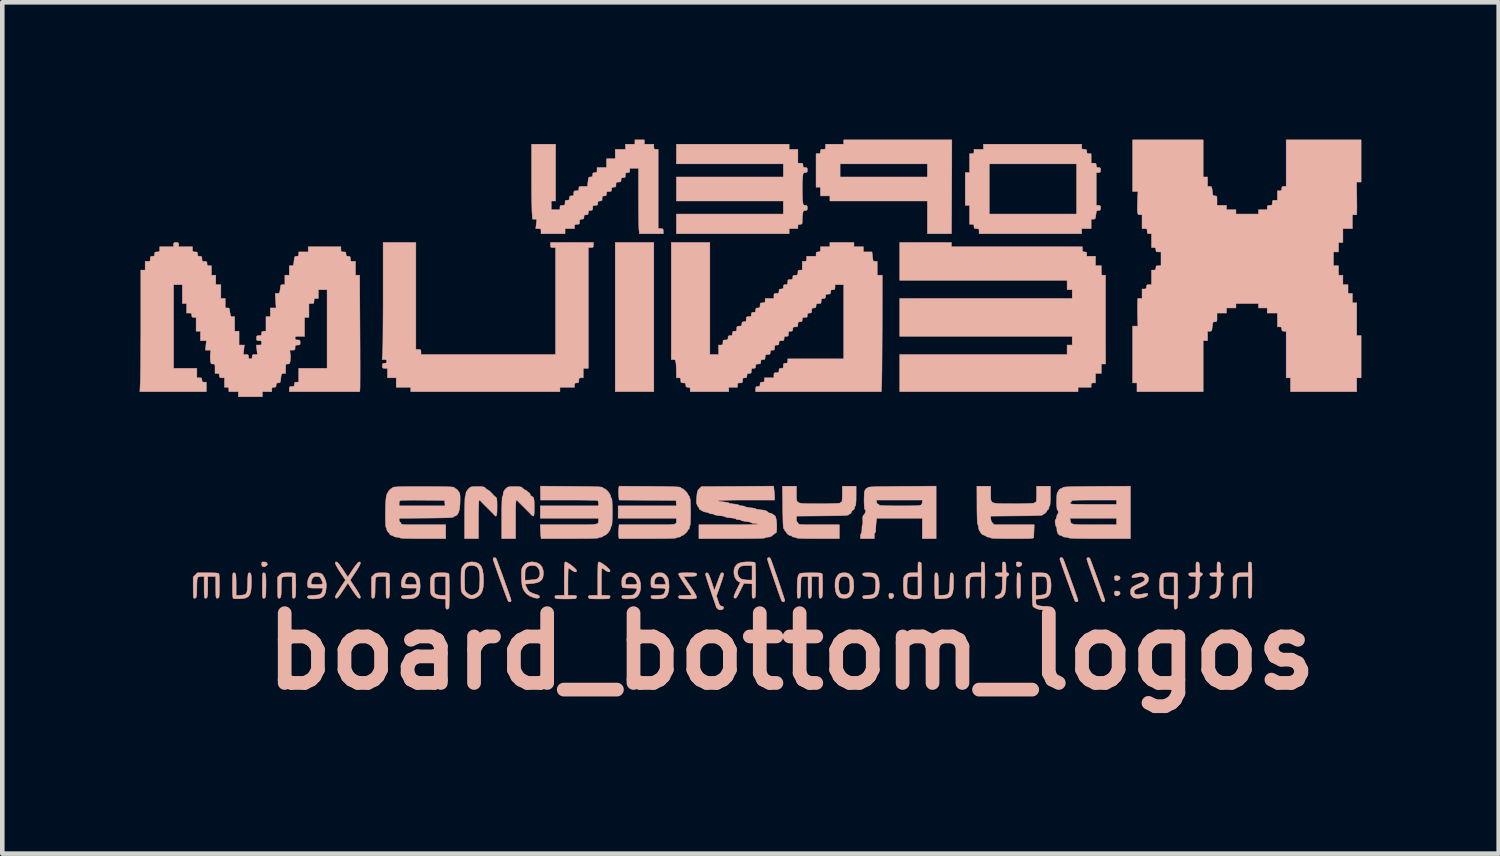
<source format=kicad_pcb>
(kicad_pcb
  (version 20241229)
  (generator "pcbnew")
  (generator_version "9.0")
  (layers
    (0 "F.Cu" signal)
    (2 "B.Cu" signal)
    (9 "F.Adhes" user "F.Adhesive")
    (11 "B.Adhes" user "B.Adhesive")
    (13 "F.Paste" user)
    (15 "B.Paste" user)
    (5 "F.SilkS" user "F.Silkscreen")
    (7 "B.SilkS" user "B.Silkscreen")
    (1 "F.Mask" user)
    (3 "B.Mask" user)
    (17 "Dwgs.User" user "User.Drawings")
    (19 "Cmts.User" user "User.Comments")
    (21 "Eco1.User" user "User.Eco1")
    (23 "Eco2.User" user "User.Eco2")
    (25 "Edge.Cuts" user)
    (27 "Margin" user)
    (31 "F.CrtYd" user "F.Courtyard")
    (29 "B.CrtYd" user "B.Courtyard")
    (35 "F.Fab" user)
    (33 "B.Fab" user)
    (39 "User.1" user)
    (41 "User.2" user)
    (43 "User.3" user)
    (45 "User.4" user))
  (footprint "board_bottom_logos"
    (layer "B.Cu")
    (at 14.236 11.179)
    (property "Reference" "board_bottom_logos" (at 0 0 0) (layer "B.SilkS") (effects (font (size 1.524 1.524) (thickness 0.3))))
    (attr through_hole)
    (fp_poly (pts (xy -3.004 -5.674) (xy -3.847 -5.674) (xy -3.847 -8.933) (xy -3.004 -8.933) (xy -3.004 -5.674)) (stroke (width 0.01) (type solid)) (fill yes) (layer "B.SilkS"))
    (fp_poly (pts (xy -11.473 -1.947) (xy -11.454 -1.93) (xy -11.446 -1.904) (xy -11.452 -1.887) (xy -11.469 -1.869) (xy -11.504 -1.847) (xy -11.546 -1.852) (xy -11.552 -1.854) (xy -11.566 -1.874) (xy -11.571 -1.909) (xy -11.568 -1.94) (xy -11.551 -1.953) (xy -11.518 -1.955) (xy -11.473 -1.947)) (stroke (width 0.01) (type solid)) (fill yes) (layer "B.SilkS"))
    (fp_poly (pts (xy 2.219 -1.26) (xy 2.239 -1.232) (xy 2.234 -1.194) (xy 2.216 -1.169) (xy 2.19 -1.149) (xy 2.164 -1.15) (xy 2.15 -1.155) (xy 2.136 -1.175) (xy 2.13 -1.212) (xy 2.13 -1.217) (xy 2.133 -1.254) (xy 2.147 -1.269) (xy 2.176 -1.272) (xy 2.219 -1.26)) (stroke (width 0.01) (type solid)) (fill yes) (layer "B.SilkS"))
    (fp_poly (pts (xy 5.01 -1.947) (xy 5.029 -1.93) (xy 5.037 -1.904) (xy 5.031 -1.887) (xy 5.014 -1.869) (xy 4.979 -1.847) (xy 4.937 -1.852) (xy 4.931 -1.854) (xy 4.917 -1.874) (xy 4.912 -1.909) (xy 4.915 -1.94) (xy 4.932 -1.953) (xy 4.965 -1.955) (xy 5.01 -1.947)) (stroke (width 0.01) (type solid)) (fill yes) (layer "B.SilkS"))
    (fp_poly (pts (xy 7.156 -1.645) (xy 7.175 -1.628) (xy 7.183 -1.602) (xy 7.177 -1.585) (xy 7.16 -1.567) (xy 7.124 -1.545) (xy 7.083 -1.55) (xy 7.077 -1.552) (xy 7.063 -1.572) (xy 7.057 -1.607) (xy 7.061 -1.638) (xy 7.077 -1.651) (xy 7.111 -1.653) (xy 7.156 -1.645)) (stroke (width 0.01) (type solid)) (fill yes) (layer "B.SilkS"))
    (fp_poly (pts (xy 7.156 -1.312) (xy 7.175 -1.294) (xy 7.183 -1.268) (xy 7.177 -1.252) (xy 7.16 -1.233) (xy 7.124 -1.211) (xy 7.083 -1.216) (xy 7.077 -1.219) (xy 7.063 -1.239) (xy 7.057 -1.273) (xy 7.061 -1.304) (xy 7.077 -1.317) (xy 7.111 -1.319) (xy 7.156 -1.312)) (stroke (width 0.01) (type solid)) (fill yes) (layer "B.SilkS"))
    (fp_poly (pts (xy -11.508 -1.714) (xy -11.495 -1.703) (xy -11.486 -1.679) (xy -11.48 -1.639) (xy -11.477 -1.577) (xy -11.476 -1.49) (xy -11.476 -1.438) (xy -11.477 -1.338) (xy -11.479 -1.265) (xy -11.483 -1.215) (xy -11.49 -1.183) (xy -11.501 -1.167) (xy -11.516 -1.161) (xy -11.525 -1.16) (xy -11.536 -1.162) (xy -11.544 -1.17) (xy -11.55 -1.189) (xy -11.553 -1.223) (xy -11.555 -1.277) (xy -11.555 -1.354) (xy -11.556 -1.438) (xy -11.555 -1.539) (xy -11.554 -1.611) (xy -11.552 -1.661) (xy -11.549 -1.692) (xy -11.543 -1.709) (xy -11.535 -1.716) (xy -11.525 -1.717) (xy -11.508 -1.714)) (stroke (width 0.01) (type solid)) (fill yes) (layer "B.SilkS"))
    (fp_poly (pts (xy 4.975 -1.714) (xy 4.988 -1.703) (xy 4.997 -1.679) (xy 5.003 -1.639) (xy 5.006 -1.577) (xy 5.007 -1.49) (xy 5.007 -1.438) (xy 5.006 -1.338) (xy 5.004 -1.265) (xy 5 -1.215) (xy 4.993 -1.183) (xy 4.982 -1.167) (xy 4.967 -1.161) (xy 4.957 -1.16) (xy 4.947 -1.162) (xy 4.939 -1.17) (xy 4.933 -1.189) (xy 4.93 -1.223) (xy 4.928 -1.277) (xy 4.928 -1.354) (xy 4.927 -1.438) (xy 4.928 -1.539) (xy 4.928 -1.611) (xy 4.931 -1.661) (xy 4.934 -1.692) (xy 4.94 -1.709) (xy 4.948 -1.716) (xy 4.957 -1.717) (xy 4.975 -1.714)) (stroke (width 0.01) (type solid)) (fill yes) (layer "B.SilkS"))
    (fp_poly (pts (xy -6.455 -2.038) (xy -6.446 -2.023) (xy -6.42 -1.958) (xy -6.39 -1.876) (xy -6.355 -1.782) (xy -6.317 -1.68) (xy -6.279 -1.574) (xy -6.242 -1.47) (xy -6.207 -1.37) (xy -6.175 -1.281) (xy -6.149 -1.206) (xy -6.131 -1.15) (xy -6.121 -1.117) (xy -6.12 -1.111) (xy -6.131 -1.087) (xy -6.155 -1.081) (xy -6.181 -1.094) (xy -6.191 -1.109) (xy -6.216 -1.174) (xy -6.247 -1.255) (xy -6.282 -1.35) (xy -6.319 -1.452) (xy -6.357 -1.557) (xy -6.395 -1.662) (xy -6.43 -1.761) (xy -6.461 -1.85) (xy -6.487 -1.925) (xy -6.506 -1.981) (xy -6.516 -2.014) (xy -6.517 -2.02) (xy -6.506 -2.044) (xy -6.481 -2.05) (xy -6.455 -2.038)) (stroke (width 0.01) (type solid)) (fill yes) (layer "B.SilkS"))
    (fp_poly (pts (xy -0.463 -2.038) (xy -0.453 -2.023) (xy -0.435 -1.974) (xy -0.41 -1.905) (xy -0.38 -1.82) (xy -0.347 -1.724) (xy -0.311 -1.622) (xy -0.276 -1.518) (xy -0.241 -1.417) (xy -0.21 -1.323) (xy -0.183 -1.241) (xy -0.161 -1.175) (xy -0.148 -1.13) (xy -0.143 -1.111) (xy -0.154 -1.087) (xy -0.179 -1.081) (xy -0.204 -1.094) (xy -0.214 -1.109) (xy -0.233 -1.158) (xy -0.258 -1.227) (xy -0.288 -1.311) (xy -0.321 -1.407) (xy -0.356 -1.509) (xy -0.392 -1.613) (xy -0.426 -1.714) (xy -0.458 -1.808) (xy -0.485 -1.891) (xy -0.506 -1.956) (xy -0.52 -2.001) (xy -0.525 -2.02) (xy -0.513 -2.044) (xy -0.489 -2.05) (xy -0.463 -2.038)) (stroke (width 0.01) (type solid)) (fill yes) (layer "B.SilkS"))
    (fp_poly (pts (xy 5.927 -2.038) (xy 5.936 -2.023) (xy 5.962 -1.958) (xy 5.992 -1.876) (xy 6.027 -1.782) (xy 6.065 -1.68) (xy 6.103 -1.574) (xy 6.14 -1.47) (xy 6.176 -1.37) (xy 6.207 -1.281) (xy 6.233 -1.206) (xy 6.251 -1.15) (xy 6.261 -1.117) (xy 6.263 -1.111) (xy 6.251 -1.087) (xy 6.227 -1.081) (xy 6.201 -1.094) (xy 6.191 -1.109) (xy 6.166 -1.174) (xy 6.135 -1.255) (xy 6.1 -1.35) (xy 6.063 -1.452) (xy 6.025 -1.557) (xy 5.987 -1.662) (xy 5.952 -1.761) (xy 5.921 -1.85) (xy 5.895 -1.925) (xy 5.876 -1.981) (xy 5.866 -2.014) (xy 5.865 -2.02) (xy 5.876 -2.044) (xy 5.901 -2.05) (xy 5.927 -2.038)) (stroke (width 0.01) (type solid)) (fill yes) (layer "B.SilkS"))
    (fp_poly (pts (xy 6.515 -2.038) (xy 6.525 -2.023) (xy 6.55 -1.958) (xy 6.581 -1.876) (xy 6.615 -1.782) (xy 6.653 -1.68) (xy 6.691 -1.574) (xy 6.729 -1.47) (xy 6.764 -1.37) (xy 6.795 -1.281) (xy 6.821 -1.206) (xy 6.839 -1.15) (xy 6.849 -1.117) (xy 6.851 -1.111) (xy 6.84 -1.087) (xy 6.815 -1.081) (xy 6.789 -1.094) (xy 6.779 -1.109) (xy 6.754 -1.174) (xy 6.723 -1.255) (xy 6.689 -1.35) (xy 6.651 -1.452) (xy 6.613 -1.557) (xy 6.575 -1.662) (xy 6.54 -1.761) (xy 6.509 -1.85) (xy 6.483 -1.925) (xy 6.465 -1.981) (xy 6.455 -2.014) (xy 6.453 -2.02) (xy 6.464 -2.044) (xy 6.489 -2.05) (xy 6.515 -2.038)) (stroke (width 0.01) (type solid)) (fill yes) (layer "B.SilkS"))
    (fp_poly (pts (xy 3.505 -10.566) (xy 3.504 -10.407) (xy 3.503 -10.238) (xy 3.503 -10.066) (xy 3.502 -9.9) (xy 3.501 -9.745) (xy 3.5 -9.611) (xy 3.5 -9.541) (xy 3.497 -9.124) (xy 2.972 -9.124) (xy 2.972 -9.839) (xy 0.842 -9.839) (xy 0.842 -9.95) (xy 0.636 -9.95) (xy 0.636 -10.141) (xy 0.54 -10.141) (xy 0.54 -10.65) (xy 1.065 -10.65) (xy 1.065 -10.363) (xy 2.972 -10.363) (xy 2.972 -10.65) (xy 1.065 -10.65) (xy 0.54 -10.65) (xy 0.54 -10.872) (xy 0.588 -10.872) (xy 0.622 -10.876) (xy 0.634 -10.895) (xy 0.636 -10.92) (xy 0.639 -10.952) (xy 0.655 -10.965) (xy 0.691 -10.967) (xy 0.729 -10.97) (xy 0.744 -10.984) (xy 0.747 -11.019) (xy 0.747 -11.023) (xy 0.747 -11.079) (xy 1.144 -11.079) (xy 1.144 -11.174) (xy 3.506 -11.174) (xy 3.505 -10.566)) (stroke (width 0.01) (type solid)) (fill yes) (layer "B.SilkS"))
    (fp_poly (pts (xy 1.752 -1.715) (xy 1.798 -1.709) (xy 1.83 -1.697) (xy 1.849 -1.684) (xy 1.888 -1.637) (xy 1.912 -1.567) (xy 1.922 -1.471) (xy 1.922 -1.431) (xy 1.915 -1.329) (xy 1.894 -1.253) (xy 1.856 -1.201) (xy 1.8 -1.169) (xy 1.721 -1.153) (xy 1.699 -1.151) (xy 1.643 -1.149) (xy 1.598 -1.151) (xy 1.578 -1.154) (xy 1.561 -1.176) (xy 1.558 -1.192) (xy 1.562 -1.207) (xy 1.58 -1.217) (xy 1.618 -1.223) (xy 1.669 -1.227) (xy 1.74 -1.233) (xy 1.788 -1.247) (xy 1.817 -1.274) (xy 1.832 -1.319) (xy 1.839 -1.389) (xy 1.84 -1.419) (xy 1.841 -1.505) (xy 1.834 -1.564) (xy 1.817 -1.601) (xy 1.786 -1.622) (xy 1.739 -1.632) (xy 1.716 -1.633) (xy 1.642 -1.638) (xy 1.594 -1.646) (xy 1.568 -1.659) (xy 1.558 -1.678) (xy 1.558 -1.685) (xy 1.56 -1.701) (xy 1.573 -1.71) (xy 1.602 -1.715) (xy 1.653 -1.717) (xy 1.683 -1.717) (xy 1.752 -1.715)) (stroke (width 0.01) (type solid)) (fill yes) (layer "B.SilkS"))
    (fp_poly (pts (xy 3.497 -8.838) (xy 6.358 -8.838) (xy 6.358 -8.782) (xy 6.361 -8.745) (xy 6.374 -8.729) (xy 6.406 -8.726) (xy 6.439 -8.722) (xy 6.452 -8.704) (xy 6.453 -8.679) (xy 6.453 -8.631) (xy 6.644 -8.631) (xy 6.644 -8.424) (xy 6.771 -8.424) (xy 6.771 -8.321) (xy 6.772 -8.265) (xy 6.775 -8.235) (xy 6.786 -8.221) (xy 6.805 -8.218) (xy 6.817 -8.218) (xy 6.863 -8.218) (xy 6.863 -7.248) (xy 6.864 -6.278) (xy 6.771 -6.278) (xy 6.771 -6.072) (xy 6.644 -6.072) (xy 6.644 -5.865) (xy 6.596 -5.865) (xy 6.563 -5.861) (xy 6.55 -5.843) (xy 6.549 -5.818) (xy 6.549 -5.77) (xy 6.263 -5.77) (xy 6.263 -5.674) (xy 2.368 -5.674) (xy 2.368 -6.485) (xy 6.024 -6.485) (xy 6.024 -6.692) (xy 6.135 -6.692) (xy 6.135 -6.882) (xy 2.368 -6.882) (xy 2.368 -7.709) (xy 6.135 -7.709) (xy 6.135 -7.9) (xy 6.024 -7.9) (xy 6.024 -8.106) (xy 2.368 -8.106) (xy 2.368 -8.933) (xy 3.497 -8.933) (xy 3.497 -8.838)) (stroke (width 0.01) (type solid)) (fill yes) (layer "B.SilkS"))
    (fp_poly (pts (xy -9.418 -1.95) (xy -9.412 -1.932) (xy -9.422 -1.899) (xy -9.448 -1.848) (xy -9.492 -1.777) (xy -9.523 -1.729) (xy -9.637 -1.558) (xy -9.523 -1.386) (xy -9.469 -1.302) (xy -9.434 -1.241) (xy -9.415 -1.199) (xy -9.413 -1.173) (xy -9.426 -1.162) (xy -9.439 -1.16) (xy -9.463 -1.174) (xy -9.5 -1.215) (xy -9.551 -1.285) (xy -9.579 -1.326) (xy -9.688 -1.491) (xy -9.798 -1.326) (xy -9.854 -1.244) (xy -9.897 -1.19) (xy -9.926 -1.164) (xy -9.936 -1.16) (xy -9.962 -1.172) (xy -9.966 -1.187) (xy -9.958 -1.21) (xy -9.935 -1.254) (xy -9.9 -1.311) (xy -9.858 -1.377) (xy -9.853 -1.386) (xy -9.739 -1.558) (xy -9.853 -1.729) (xy -9.907 -1.813) (xy -9.942 -1.875) (xy -9.961 -1.917) (xy -9.963 -1.942) (xy -9.949 -1.954) (xy -9.936 -1.955) (xy -9.913 -1.942) (xy -9.877 -1.902) (xy -9.828 -1.834) (xy -9.798 -1.79) (xy -9.688 -1.624) (xy -9.579 -1.79) (xy -9.522 -1.872) (xy -9.478 -1.926) (xy -9.448 -1.952) (xy -9.439 -1.955) (xy -9.418 -1.95)) (stroke (width 0.01) (type solid)) (fill yes) (layer "B.SilkS"))
    (fp_poly (pts (xy -11.823 -1.713) (xy -11.809 -1.698) (xy -11.801 -1.668) (xy -11.796 -1.618) (xy -11.795 -1.543) (xy -11.795 -1.497) (xy -11.799 -1.383) (xy -11.81 -1.297) (xy -11.832 -1.235) (xy -11.868 -1.193) (xy -11.919 -1.167) (xy -11.989 -1.154) (xy -12.044 -1.15) (xy -12.105 -1.149) (xy -12.155 -1.15) (xy -12.185 -1.153) (xy -12.187 -1.154) (xy -12.195 -1.166) (xy -12.201 -1.198) (xy -12.205 -1.252) (xy -12.207 -1.331) (xy -12.207 -1.438) (xy -12.207 -1.44) (xy -12.207 -1.54) (xy -12.206 -1.612) (xy -12.204 -1.662) (xy -12.2 -1.693) (xy -12.195 -1.709) (xy -12.186 -1.716) (xy -12.177 -1.717) (xy -12.159 -1.714) (xy -12.146 -1.703) (xy -12.137 -1.679) (xy -12.132 -1.638) (xy -12.129 -1.575) (xy -12.128 -1.487) (xy -12.128 -1.443) (xy -12.128 -1.22) (xy -12.032 -1.227) (xy -11.977 -1.232) (xy -11.937 -1.242) (xy -11.91 -1.261) (xy -11.893 -1.294) (xy -11.884 -1.346) (xy -11.879 -1.421) (xy -11.876 -1.503) (xy -11.874 -1.589) (xy -11.871 -1.649) (xy -11.867 -1.686) (xy -11.86 -1.707) (xy -11.851 -1.715) (xy -11.842 -1.717) (xy -11.823 -1.713)) (stroke (width 0.01) (type solid)) (fill yes) (layer "B.SilkS"))
    (fp_poly (pts (xy 3.516 -1.713) (xy 3.529 -1.698) (xy 3.538 -1.668) (xy 3.542 -1.618) (xy 3.544 -1.543) (xy 3.544 -1.497) (xy 3.54 -1.383) (xy 3.528 -1.297) (xy 3.506 -1.235) (xy 3.471 -1.193) (xy 3.419 -1.167) (xy 3.349 -1.154) (xy 3.295 -1.15) (xy 3.233 -1.149) (xy 3.183 -1.15) (xy 3.154 -1.153) (xy 3.151 -1.154) (xy 3.143 -1.166) (xy 3.138 -1.198) (xy 3.134 -1.252) (xy 3.132 -1.331) (xy 3.131 -1.438) (xy 3.131 -1.44) (xy 3.131 -1.54) (xy 3.132 -1.612) (xy 3.134 -1.662) (xy 3.138 -1.693) (xy 3.144 -1.709) (xy 3.152 -1.716) (xy 3.161 -1.717) (xy 3.179 -1.714) (xy 3.192 -1.703) (xy 3.201 -1.679) (xy 3.207 -1.638) (xy 3.21 -1.575) (xy 3.211 -1.487) (xy 3.211 -1.443) (xy 3.211 -1.22) (xy 3.307 -1.227) (xy 3.362 -1.232) (xy 3.401 -1.242) (xy 3.428 -1.261) (xy 3.445 -1.294) (xy 3.455 -1.346) (xy 3.46 -1.421) (xy 3.462 -1.503) (xy 3.465 -1.589) (xy 3.468 -1.649) (xy 3.472 -1.686) (xy 3.478 -1.707) (xy 3.487 -1.715) (xy 3.496 -1.717) (xy 3.516 -1.713)) (stroke (width 0.01) (type solid)) (fill yes) (layer "B.SilkS"))
    (fp_poly (pts (xy 4.664 -1.949) (xy 4.679 -1.926) (xy 4.687 -1.882) (xy 4.689 -1.812) (xy 4.689 -1.811) (xy 4.69 -1.758) (xy 4.695 -1.73) (xy 4.707 -1.718) (xy 4.721 -1.717) (xy 4.747 -1.705) (xy 4.753 -1.686) (xy 4.739 -1.657) (xy 4.721 -1.645) (xy 4.706 -1.638) (xy 4.697 -1.622) (xy 4.691 -1.593) (xy 4.689 -1.543) (xy 4.688 -1.481) (xy 4.684 -1.376) (xy 4.673 -1.298) (xy 4.653 -1.241) (xy 4.624 -1.202) (xy 4.61 -1.191) (xy 4.559 -1.165) (xy 4.507 -1.152) (xy 4.47 -1.155) (xy 4.449 -1.174) (xy 4.454 -1.198) (xy 4.48 -1.221) (xy 4.51 -1.233) (xy 4.55 -1.248) (xy 4.578 -1.273) (xy 4.596 -1.313) (xy 4.606 -1.374) (xy 4.609 -1.459) (xy 4.609 -1.482) (xy 4.61 -1.637) (xy 4.555 -1.637) (xy 4.495 -1.642) (xy 4.461 -1.658) (xy 4.451 -1.687) (xy 4.455 -1.705) (xy 4.475 -1.714) (xy 4.516 -1.717) (xy 4.53 -1.717) (xy 4.61 -1.717) (xy 4.61 -1.836) (xy 4.61 -1.897) (xy 4.614 -1.933) (xy 4.622 -1.95) (xy 4.636 -1.955) (xy 4.64 -1.955) (xy 4.664 -1.949)) (stroke (width 0.01) (type solid)) (fill yes) (layer "B.SilkS"))
    (fp_poly (pts (xy 8.892 -1.949) (xy 8.907 -1.926) (xy 8.915 -1.882) (xy 8.917 -1.812) (xy 8.917 -1.811) (xy 8.918 -1.758) (xy 8.923 -1.73) (xy 8.935 -1.718) (xy 8.949 -1.717) (xy 8.976 -1.705) (xy 8.981 -1.686) (xy 8.967 -1.657) (xy 8.949 -1.645) (xy 8.934 -1.638) (xy 8.925 -1.622) (xy 8.919 -1.593) (xy 8.917 -1.543) (xy 8.916 -1.481) (xy 8.912 -1.376) (xy 8.901 -1.298) (xy 8.881 -1.241) (xy 8.852 -1.202) (xy 8.838 -1.191) (xy 8.787 -1.165) (xy 8.735 -1.152) (xy 8.698 -1.155) (xy 8.677 -1.174) (xy 8.682 -1.198) (xy 8.708 -1.221) (xy 8.738 -1.233) (xy 8.778 -1.248) (xy 8.806 -1.273) (xy 8.824 -1.313) (xy 8.834 -1.374) (xy 8.837 -1.459) (xy 8.837 -1.482) (xy 8.838 -1.637) (xy 8.783 -1.637) (xy 8.723 -1.642) (xy 8.689 -1.658) (xy 8.679 -1.687) (xy 8.683 -1.705) (xy 8.703 -1.714) (xy 8.744 -1.717) (xy 8.758 -1.717) (xy 8.838 -1.717) (xy 8.838 -1.836) (xy 8.838 -1.897) (xy 8.842 -1.933) (xy 8.85 -1.95) (xy 8.864 -1.955) (xy 8.868 -1.955) (xy 8.892 -1.949)) (stroke (width 0.01) (type solid)) (fill yes) (layer "B.SilkS"))
    (fp_poly (pts (xy 9.353 -1.949) (xy 9.368 -1.926) (xy 9.376 -1.882) (xy 9.378 -1.812) (xy 9.378 -1.811) (xy 9.379 -1.758) (xy 9.384 -1.73) (xy 9.396 -1.718) (xy 9.41 -1.717) (xy 9.436 -1.705) (xy 9.442 -1.686) (xy 9.428 -1.657) (xy 9.41 -1.645) (xy 9.395 -1.638) (xy 9.386 -1.622) (xy 9.38 -1.593) (xy 9.378 -1.543) (xy 9.377 -1.481) (xy 9.373 -1.376) (xy 9.362 -1.298) (xy 9.342 -1.241) (xy 9.313 -1.202) (xy 9.298 -1.191) (xy 9.248 -1.165) (xy 9.196 -1.152) (xy 9.159 -1.155) (xy 9.138 -1.174) (xy 9.143 -1.198) (xy 9.169 -1.221) (xy 9.199 -1.233) (xy 9.239 -1.248) (xy 9.267 -1.273) (xy 9.285 -1.313) (xy 9.295 -1.374) (xy 9.298 -1.459) (xy 9.298 -1.482) (xy 9.298 -1.637) (xy 9.244 -1.637) (xy 9.184 -1.642) (xy 9.15 -1.658) (xy 9.14 -1.687) (xy 9.144 -1.705) (xy 9.164 -1.714) (xy 9.205 -1.717) (xy 9.219 -1.717) (xy 9.298 -1.717) (xy 9.298 -1.836) (xy 9.299 -1.897) (xy 9.303 -1.933) (xy 9.311 -1.95) (xy 9.325 -1.955) (xy 9.329 -1.955) (xy 9.353 -1.949)) (stroke (width 0.01) (type solid)) (fill yes) (layer "B.SilkS"))
    (fp_poly (pts (xy -10.915 -1.716) (xy -10.87 -1.712) (xy -10.845 -1.704) (xy -10.834 -1.692) (xy -10.834 -1.692) (xy -10.831 -1.667) (xy -10.828 -1.617) (xy -10.826 -1.549) (xy -10.824 -1.468) (xy -10.824 -1.438) (xy -10.825 -1.338) (xy -10.827 -1.265) (xy -10.831 -1.215) (xy -10.838 -1.183) (xy -10.849 -1.167) (xy -10.865 -1.161) (xy -10.874 -1.16) (xy -10.885 -1.162) (xy -10.894 -1.171) (xy -10.899 -1.192) (xy -10.902 -1.229) (xy -10.903 -1.287) (xy -10.904 -1.371) (xy -10.904 -1.399) (xy -10.904 -1.637) (xy -11.004 -1.637) (xy -11.062 -1.634) (xy -11.105 -1.626) (xy -11.123 -1.618) (xy -11.133 -1.591) (xy -11.139 -1.533) (xy -11.142 -1.444) (xy -11.142 -1.405) (xy -11.143 -1.311) (xy -11.145 -1.245) (xy -11.151 -1.201) (xy -11.16 -1.175) (xy -11.174 -1.163) (xy -11.192 -1.16) (xy -11.203 -1.162) (xy -11.212 -1.171) (xy -11.217 -1.192) (xy -11.22 -1.23) (xy -11.221 -1.289) (xy -11.222 -1.374) (xy -11.222 -1.392) (xy -11.222 -1.624) (xy -11.175 -1.67) (xy -11.151 -1.692) (xy -11.128 -1.706) (xy -11.097 -1.713) (xy -11.05 -1.716) (xy -10.986 -1.717) (xy -10.915 -1.716)) (stroke (width 0.01) (type solid)) (fill yes) (layer "B.SilkS"))
    (fp_poly (pts (xy -8.865 -1.716) (xy -8.82 -1.712) (xy -8.795 -1.704) (xy -8.784 -1.692) (xy -8.784 -1.692) (xy -8.78 -1.667) (xy -8.777 -1.617) (xy -8.775 -1.549) (xy -8.774 -1.468) (xy -8.774 -1.438) (xy -8.774 -1.338) (xy -8.776 -1.265) (xy -8.781 -1.215) (xy -8.788 -1.183) (xy -8.799 -1.167) (xy -8.814 -1.161) (xy -8.823 -1.16) (xy -8.835 -1.162) (xy -8.843 -1.171) (xy -8.848 -1.192) (xy -8.852 -1.229) (xy -8.853 -1.287) (xy -8.853 -1.371) (xy -8.853 -1.399) (xy -8.853 -1.637) (xy -8.954 -1.637) (xy -9.011 -1.634) (xy -9.055 -1.626) (xy -9.073 -1.618) (xy -9.082 -1.591) (xy -9.089 -1.533) (xy -9.092 -1.444) (xy -9.092 -1.405) (xy -9.093 -1.311) (xy -9.095 -1.245) (xy -9.1 -1.201) (xy -9.109 -1.175) (xy -9.123 -1.163) (xy -9.141 -1.16) (xy -9.153 -1.162) (xy -9.161 -1.171) (xy -9.167 -1.192) (xy -9.17 -1.23) (xy -9.171 -1.289) (xy -9.171 -1.374) (xy -9.171 -1.392) (xy -9.171 -1.624) (xy -9.125 -1.67) (xy -9.101 -1.692) (xy -9.078 -1.706) (xy -9.047 -1.713) (xy -9 -1.716) (xy -8.936 -1.717) (xy -8.865 -1.716)) (stroke (width 0.01) (type solid)) (fill yes) (layer "B.SilkS"))
    (fp_poly (pts (xy -4.905 -1.945) (xy -4.862 -1.92) (xy -4.812 -1.885) (xy -4.763 -1.846) (xy -4.722 -1.808) (xy -4.695 -1.777) (xy -4.689 -1.763) (xy -4.699 -1.738) (xy -4.728 -1.736) (xy -4.771 -1.756) (xy -4.791 -1.769) (xy -4.828 -1.797) (xy -4.857 -1.816) (xy -4.86 -1.818) (xy -4.867 -1.816) (xy -4.872 -1.797) (xy -4.876 -1.759) (xy -4.878 -1.699) (xy -4.879 -1.612) (xy -4.88 -1.527) (xy -4.88 -1.224) (xy -4.784 -1.224) (xy -4.731 -1.223) (xy -4.702 -1.217) (xy -4.691 -1.206) (xy -4.689 -1.194) (xy -4.701 -1.164) (xy -4.714 -1.154) (xy -4.74 -1.15) (xy -4.789 -1.148) (xy -4.855 -1.146) (xy -4.928 -1.146) (xy -5.002 -1.147) (xy -5.068 -1.148) (xy -5.118 -1.151) (xy -5.145 -1.155) (xy -5.146 -1.155) (xy -5.163 -1.176) (xy -5.166 -1.193) (xy -5.162 -1.21) (xy -5.147 -1.219) (xy -5.113 -1.223) (xy -5.063 -1.224) (xy -4.959 -1.224) (xy -4.959 -1.589) (xy -4.959 -1.707) (xy -4.958 -1.797) (xy -4.957 -1.862) (xy -4.954 -1.907) (xy -4.95 -1.935) (xy -4.944 -1.949) (xy -4.937 -1.955) (xy -4.933 -1.955) (xy -4.905 -1.945)) (stroke (width 0.01) (type solid)) (fill yes) (layer "B.SilkS"))
    (fp_poly (pts (xy -4.173 -1.945) (xy -4.131 -1.92) (xy -4.081 -1.885) (xy -4.032 -1.846) (xy -3.99 -1.808) (xy -3.964 -1.777) (xy -3.958 -1.763) (xy -3.968 -1.738) (xy -3.997 -1.736) (xy -4.04 -1.756) (xy -4.06 -1.769) (xy -4.097 -1.797) (xy -4.125 -1.816) (xy -4.129 -1.818) (xy -4.136 -1.816) (xy -4.141 -1.797) (xy -4.145 -1.759) (xy -4.147 -1.699) (xy -4.148 -1.612) (xy -4.149 -1.527) (xy -4.149 -1.224) (xy -4.053 -1.224) (xy -4 -1.223) (xy -3.971 -1.217) (xy -3.959 -1.206) (xy -3.958 -1.194) (xy -3.97 -1.164) (xy -3.983 -1.154) (xy -4.009 -1.15) (xy -4.058 -1.148) (xy -4.123 -1.146) (xy -4.197 -1.146) (xy -4.27 -1.147) (xy -4.336 -1.148) (xy -4.387 -1.151) (xy -4.414 -1.155) (xy -4.415 -1.155) (xy -4.431 -1.176) (xy -4.435 -1.193) (xy -4.431 -1.21) (xy -4.416 -1.219) (xy -4.382 -1.223) (xy -4.331 -1.224) (xy -4.228 -1.224) (xy -4.228 -1.589) (xy -4.228 -1.707) (xy -4.227 -1.797) (xy -4.225 -1.862) (xy -4.223 -1.907) (xy -4.219 -1.935) (xy -4.213 -1.949) (xy -4.206 -1.955) (xy -4.202 -1.955) (xy -4.173 -1.945)) (stroke (width 0.01) (type solid)) (fill yes) (layer "B.SilkS"))
    (fp_poly (pts (xy -1.492 -1.714) (xy -1.482 -1.702) (xy -1.482 -1.677) (xy -1.49 -1.636) (xy -1.508 -1.576) (xy -1.537 -1.491) (xy -1.557 -1.433) (xy -1.636 -1.21) (xy -1.599 -1.101) (xy -1.579 -1.044) (xy -1.561 -1.011) (xy -1.543 -0.994) (xy -1.521 -0.988) (xy -1.486 -0.975) (xy -1.478 -0.954) (xy -1.491 -0.925) (xy -1.524 -0.909) (xy -1.564 -0.907) (xy -1.603 -0.923) (xy -1.612 -0.931) (xy -1.632 -0.952) (xy -1.637 -0.96) (xy -1.642 -0.976) (xy -1.656 -1.017) (xy -1.677 -1.08) (xy -1.705 -1.16) (xy -1.737 -1.253) (xy -1.756 -1.311) (xy -1.791 -1.411) (xy -1.821 -1.503) (xy -1.846 -1.581) (xy -1.864 -1.641) (xy -1.874 -1.678) (xy -1.876 -1.687) (xy -1.863 -1.712) (xy -1.845 -1.717) (xy -1.83 -1.713) (xy -1.816 -1.699) (xy -1.8 -1.671) (xy -1.781 -1.626) (xy -1.757 -1.559) (xy -1.725 -1.466) (xy -1.717 -1.439) (xy -1.68 -1.329) (xy -1.635 -1.455) (xy -1.601 -1.549) (xy -1.575 -1.618) (xy -1.557 -1.664) (xy -1.544 -1.693) (xy -1.533 -1.709) (xy -1.523 -1.715) (xy -1.512 -1.717) (xy -1.509 -1.717) (xy -1.492 -1.714)) (stroke (width 0.01) (type solid)) (fill yes) (layer "B.SilkS"))
    (fp_poly (pts (xy 1.211 -1.714) (xy 1.248 -1.703) (xy 1.281 -1.678) (xy 1.295 -1.664) (xy 1.33 -1.623) (xy 1.349 -1.577) (xy 1.359 -1.522) (xy 1.365 -1.402) (xy 1.349 -1.305) (xy 1.311 -1.231) (xy 1.295 -1.212) (xy 1.26 -1.181) (xy 1.226 -1.166) (xy 1.18 -1.161) (xy 1.157 -1.16) (xy 1.104 -1.164) (xy 1.061 -1.173) (xy 1.046 -1.18) (xy 0.998 -1.233) (xy 0.968 -1.305) (xy 0.955 -1.4) (xy 0.954 -1.438) (xy 1.033 -1.438) (xy 1.038 -1.352) (xy 1.055 -1.292) (xy 1.086 -1.256) (xy 1.133 -1.241) (xy 1.153 -1.24) (xy 1.211 -1.248) (xy 1.249 -1.273) (xy 1.265 -1.297) (xy 1.274 -1.33) (xy 1.279 -1.38) (xy 1.28 -1.438) (xy 1.276 -1.523) (xy 1.264 -1.58) (xy 1.24 -1.616) (xy 1.202 -1.633) (xy 1.153 -1.637) (xy 1.101 -1.629) (xy 1.065 -1.6) (xy 1.043 -1.55) (xy 1.034 -1.473) (xy 1.033 -1.438) (xy 0.954 -1.438) (xy 0.956 -1.512) (xy 0.963 -1.564) (xy 0.978 -1.605) (xy 0.987 -1.621) (xy 1.023 -1.674) (xy 1.061 -1.703) (xy 1.111 -1.715) (xy 1.157 -1.717) (xy 1.211 -1.714)) (stroke (width 0.01) (type solid)) (fill yes) (layer "B.SilkS"))
    (fp_poly (pts (xy -2.182 -1.716) (xy -2.126 -1.715) (xy -2.092 -1.711) (xy -2.074 -1.705) (xy -2.067 -1.695) (xy -2.066 -1.687) (xy -2.071 -1.664) (xy -2.09 -1.649) (xy -2.128 -1.641) (xy -2.189 -1.638) (xy -2.235 -1.637) (xy -2.354 -1.637) (xy -2.21 -1.428) (xy -2.15 -1.339) (xy -2.108 -1.272) (xy -2.082 -1.224) (xy -2.07 -1.191) (xy -2.072 -1.169) (xy -2.086 -1.156) (xy -2.091 -1.154) (xy -2.118 -1.15) (xy -2.168 -1.147) (xy -2.231 -1.146) (xy -2.3 -1.146) (xy -2.363 -1.148) (xy -2.414 -1.15) (xy -2.443 -1.155) (xy -2.444 -1.155) (xy -2.461 -1.176) (xy -2.464 -1.193) (xy -2.461 -1.208) (xy -2.449 -1.217) (xy -2.421 -1.222) (xy -2.372 -1.224) (xy -2.321 -1.224) (xy -2.258 -1.225) (xy -2.209 -1.227) (xy -2.181 -1.231) (xy -2.178 -1.233) (xy -2.186 -1.248) (xy -2.21 -1.285) (xy -2.245 -1.339) (xy -2.29 -1.405) (xy -2.321 -1.45) (xy -2.37 -1.523) (xy -2.411 -1.589) (xy -2.443 -1.642) (xy -2.461 -1.677) (xy -2.464 -1.688) (xy -2.461 -1.7) (xy -2.45 -1.708) (xy -2.426 -1.713) (xy -2.384 -1.716) (xy -2.317 -1.717) (xy -2.265 -1.717) (xy -2.182 -1.716)) (stroke (width 0.01) (type solid)) (fill yes) (layer "B.SilkS"))
    (fp_poly (pts (xy 7.71 -1.704) (xy 7.762 -1.671) (xy 7.796 -1.624) (xy 7.804 -1.582) (xy 7.793 -1.526) (xy 7.757 -1.477) (xy 7.694 -1.435) (xy 7.634 -1.407) (xy 7.566 -1.379) (xy 7.522 -1.357) (xy 7.498 -1.337) (xy 7.488 -1.314) (xy 7.486 -1.294) (xy 7.497 -1.261) (xy 7.527 -1.246) (xy 7.554 -1.242) (xy 7.587 -1.242) (xy 7.633 -1.247) (xy 7.701 -1.259) (xy 7.737 -1.266) (xy 7.772 -1.269) (xy 7.786 -1.26) (xy 7.788 -1.243) (xy 7.774 -1.217) (xy 7.734 -1.193) (xy 7.677 -1.174) (xy 7.609 -1.163) (xy 7.562 -1.16) (xy 7.507 -1.165) (xy 7.469 -1.18) (xy 7.445 -1.2) (xy 7.42 -1.232) (xy 7.41 -1.269) (xy 7.41 -1.314) (xy 7.414 -1.347) (xy 7.423 -1.373) (xy 7.441 -1.396) (xy 7.474 -1.419) (xy 7.526 -1.447) (xy 7.6 -1.481) (xy 7.637 -1.498) (xy 7.693 -1.53) (xy 7.721 -1.564) (xy 7.721 -1.595) (xy 7.692 -1.622) (xy 7.671 -1.631) (xy 7.645 -1.634) (xy 7.606 -1.631) (xy 7.549 -1.622) (xy 7.49 -1.611) (xy 7.455 -1.608) (xy 7.441 -1.617) (xy 7.439 -1.634) (xy 7.453 -1.659) (xy 7.492 -1.683) (xy 7.546 -1.702) (xy 7.608 -1.714) (xy 7.647 -1.717) (xy 7.71 -1.704)) (stroke (width 0.01) (type solid)) (fill yes) (layer "B.SilkS"))
    (fp_poly (pts (xy 4.209 -1.943) (xy 4.218 -1.93) (xy 4.221 -1.907) (xy 4.224 -1.858) (xy 4.226 -1.786) (xy 4.227 -1.698) (xy 4.228 -1.598) (xy 4.228 -1.558) (xy 4.228 -1.455) (xy 4.226 -1.361) (xy 4.225 -1.283) (xy 4.222 -1.224) (xy 4.22 -1.191) (xy 4.218 -1.185) (xy 4.196 -1.164) (xy 4.179 -1.16) (xy 4.167 -1.162) (xy 4.159 -1.171) (xy 4.154 -1.192) (xy 4.15 -1.229) (xy 4.149 -1.287) (xy 4.149 -1.371) (xy 4.149 -1.399) (xy 4.149 -1.637) (xy 4.04 -1.637) (xy 3.979 -1.634) (xy 3.933 -1.627) (xy 3.913 -1.618) (xy 3.904 -1.591) (xy 3.897 -1.533) (xy 3.894 -1.444) (xy 3.894 -1.405) (xy 3.894 -1.311) (xy 3.891 -1.245) (xy 3.886 -1.201) (xy 3.877 -1.175) (xy 3.863 -1.163) (xy 3.845 -1.16) (xy 3.833 -1.162) (xy 3.825 -1.171) (xy 3.82 -1.192) (xy 3.817 -1.23) (xy 3.815 -1.289) (xy 3.815 -1.374) (xy 3.815 -1.392) (xy 3.815 -1.624) (xy 3.861 -1.67) (xy 3.888 -1.694) (xy 3.914 -1.708) (xy 3.949 -1.715) (xy 4.003 -1.717) (xy 4.028 -1.717) (xy 4.149 -1.717) (xy 4.149 -1.836) (xy 4.149 -1.897) (xy 4.153 -1.933) (xy 4.161 -1.95) (xy 4.175 -1.955) (xy 4.179 -1.955) (xy 4.209 -1.943)) (stroke (width 0.01) (type solid)) (fill yes) (layer "B.SilkS"))
    (fp_poly (pts (xy 10.042 -1.943) (xy 10.052 -1.93) (xy 10.055 -1.907) (xy 10.057 -1.858) (xy 10.059 -1.786) (xy 10.061 -1.698) (xy 10.061 -1.598) (xy 10.061 -1.558) (xy 10.061 -1.455) (xy 10.06 -1.361) (xy 10.058 -1.283) (xy 10.056 -1.224) (xy 10.053 -1.191) (xy 10.052 -1.185) (xy 10.03 -1.164) (xy 10.012 -1.16) (xy 10 -1.162) (xy 9.992 -1.171) (xy 9.987 -1.192) (xy 9.984 -1.229) (xy 9.982 -1.287) (xy 9.982 -1.371) (xy 9.982 -1.399) (xy 9.982 -1.637) (xy 9.874 -1.637) (xy 9.812 -1.634) (xy 9.766 -1.627) (xy 9.747 -1.618) (xy 9.737 -1.591) (xy 9.731 -1.533) (xy 9.728 -1.444) (xy 9.728 -1.405) (xy 9.727 -1.311) (xy 9.724 -1.245) (xy 9.719 -1.201) (xy 9.71 -1.175) (xy 9.696 -1.163) (xy 9.678 -1.16) (xy 9.667 -1.162) (xy 9.658 -1.171) (xy 9.653 -1.192) (xy 9.65 -1.23) (xy 9.649 -1.289) (xy 9.648 -1.374) (xy 9.648 -1.392) (xy 9.648 -1.624) (xy 9.695 -1.67) (xy 9.721 -1.694) (xy 9.747 -1.708) (xy 9.782 -1.715) (xy 9.837 -1.717) (xy 9.862 -1.717) (xy 9.982 -1.717) (xy 9.982 -1.836) (xy 9.983 -1.897) (xy 9.986 -1.933) (xy 9.994 -1.95) (xy 10.008 -1.955) (xy 10.012 -1.955) (xy 10.042 -1.943)) (stroke (width 0.01) (type solid)) (fill yes) (layer "B.SilkS"))
    (fp_poly (pts (xy -2.823 -1.714) (xy -2.787 -1.702) (xy -2.752 -1.674) (xy -2.742 -1.664) (xy -2.708 -1.624) (xy -2.689 -1.58) (xy -2.678 -1.52) (xy -2.671 -1.403) (xy -2.682 -1.306) (xy -2.709 -1.231) (xy -2.752 -1.181) (xy -2.794 -1.161) (xy -2.842 -1.152) (xy -2.904 -1.147) (xy -2.967 -1.146) (xy -3.02 -1.149) (xy -3.048 -1.155) (xy -3.065 -1.176) (xy -3.068 -1.193) (xy -3.064 -1.21) (xy -3.049 -1.219) (xy -3.016 -1.223) (xy -2.96 -1.224) (xy -2.883 -1.226) (xy -2.83 -1.233) (xy -2.797 -1.246) (xy -2.777 -1.269) (xy -2.767 -1.291) (xy -2.753 -1.334) (xy -2.752 -1.361) (xy -2.768 -1.375) (xy -2.805 -1.381) (xy -2.868 -1.383) (xy -2.884 -1.383) (xy -2.962 -1.383) (xy -3.015 -1.387) (xy -3.046 -1.399) (xy -3.062 -1.42) (xy -3.067 -1.456) (xy -3.068 -1.505) (xy -3.067 -1.523) (xy -2.988 -1.523) (xy -2.988 -1.462) (xy -2.746 -1.462) (xy -2.757 -1.522) (xy -2.778 -1.586) (xy -2.814 -1.624) (xy -2.867 -1.637) (xy -2.874 -1.637) (xy -2.935 -1.626) (xy -2.972 -1.592) (xy -2.988 -1.536) (xy -2.988 -1.523) (xy -3.067 -1.523) (xy -3.066 -1.563) (xy -3.06 -1.601) (xy -3.044 -1.63) (xy -3.014 -1.662) (xy -3.014 -1.663) (xy -2.976 -1.696) (xy -2.942 -1.712) (xy -2.894 -1.716) (xy -2.877 -1.717) (xy -2.823 -1.714)) (stroke (width 0.01) (type solid)) (fill yes) (layer "B.SilkS"))
    (fp_poly (pts (xy 5.484 -1.716) (xy 5.534 -1.712) (xy 5.568 -1.703) (xy 5.594 -1.689) (xy 5.6 -1.684) (xy 5.639 -1.637) (xy 5.663 -1.567) (xy 5.673 -1.471) (xy 5.673 -1.431) (xy 5.667 -1.329) (xy 5.646 -1.254) (xy 5.608 -1.202) (xy 5.551 -1.169) (xy 5.471 -1.151) (xy 5.446 -1.149) (xy 5.341 -1.14) (xy 5.341 -1.08) (xy 5.344 -1.039) (xy 5.36 -1.017) (xy 5.391 -1.003) (xy 5.437 -0.993) (xy 5.496 -0.986) (xy 5.526 -0.985) (xy 5.576 -0.984) (xy 5.601 -0.977) (xy 5.61 -0.963) (xy 5.611 -0.955) (xy 5.599 -0.926) (xy 5.586 -0.916) (xy 5.538 -0.907) (xy 5.474 -0.909) (xy 5.407 -0.918) (xy 5.365 -0.93) (xy 5.32 -0.951) (xy 5.286 -0.974) (xy 5.281 -0.98) (xy 5.274 -1) (xy 5.269 -1.038) (xy 5.265 -1.099) (xy 5.262 -1.184) (xy 5.261 -1.297) (xy 5.261 -1.362) (xy 5.261 -1.637) (xy 5.341 -1.637) (xy 5.341 -1.22) (xy 5.437 -1.227) (xy 5.508 -1.237) (xy 5.553 -1.256) (xy 5.56 -1.261) (xy 5.573 -1.281) (xy 5.582 -1.313) (xy 5.586 -1.363) (xy 5.587 -1.437) (xy 5.586 -1.52) (xy 5.579 -1.576) (xy 5.563 -1.611) (xy 5.534 -1.629) (xy 5.489 -1.636) (xy 5.442 -1.637) (xy 5.341 -1.637) (xy 5.261 -1.637) (xy 5.261 -1.717) (xy 5.41 -1.717) (xy 5.484 -1.716)) (stroke (width 0.01) (type solid)) (fill yes) (layer "B.SilkS"))
    (fp_poly (pts (xy 8.351 -1.716) (xy 8.395 -1.712) (xy 8.42 -1.704) (xy 8.431 -1.692) (xy 8.433 -1.669) (xy 8.436 -1.619) (xy 8.438 -1.548) (xy 8.439 -1.46) (xy 8.44 -1.36) (xy 8.44 -1.319) (xy 8.44 -1.216) (xy 8.439 -1.123) (xy 8.437 -1.045) (xy 8.434 -0.986) (xy 8.432 -0.952) (xy 8.431 -0.947) (xy 8.408 -0.926) (xy 8.391 -0.922) (xy 8.375 -0.925) (xy 8.366 -0.94) (xy 8.362 -0.973) (xy 8.361 -1.031) (xy 8.361 -1.033) (xy 8.361 -1.144) (xy 8.285 -1.145) (xy 8.186 -1.153) (xy 8.115 -1.176) (xy 8.071 -1.216) (xy 8.067 -1.224) (xy 8.054 -1.266) (xy 8.046 -1.331) (xy 8.042 -1.408) (xy 8.042 -1.471) (xy 8.123 -1.471) (xy 8.123 -1.404) (xy 8.125 -1.341) (xy 8.129 -1.292) (xy 8.133 -1.264) (xy 8.134 -1.262) (xy 8.156 -1.242) (xy 8.194 -1.231) (xy 8.254 -1.226) (xy 8.277 -1.225) (xy 8.361 -1.224) (xy 8.361 -1.637) (xy 8.251 -1.637) (xy 8.189 -1.635) (xy 8.153 -1.629) (xy 8.135 -1.618) (xy 8.132 -1.612) (xy 8.127 -1.584) (xy 8.124 -1.534) (xy 8.123 -1.471) (xy 8.042 -1.471) (xy 8.043 -1.489) (xy 8.047 -1.564) (xy 8.057 -1.623) (xy 8.066 -1.652) (xy 8.083 -1.68) (xy 8.104 -1.699) (xy 8.136 -1.71) (xy 8.185 -1.715) (xy 8.257 -1.717) (xy 8.281 -1.717) (xy 8.351 -1.716)) (stroke (width 0.01) (type solid)) (fill yes) (layer "B.SilkS"))
    (fp_poly (pts (xy -0.048 -10.967) (xy 0.143 -10.967) (xy 0.143 -10.665) (xy 0.199 -10.665) (xy 0.236 -10.663) (xy 0.251 -10.649) (xy 0.254 -10.618) (xy 0.258 -10.584) (xy 0.277 -10.572) (xy 0.302 -10.57) (xy 0.334 -10.567) (xy 0.347 -10.551) (xy 0.35 -10.514) (xy 0.347 -10.477) (xy 0.334 -10.462) (xy 0.304 -10.459) (xy 0.277 -10.457) (xy 0.263 -10.444) (xy 0.254 -10.414) (xy 0.249 -10.375) (xy 0.244 -10.312) (xy 0.24 -10.226) (xy 0.239 -10.128) (xy 0.24 -10.027) (xy 0.242 -9.934) (xy 0.246 -9.857) (xy 0.249 -9.827) (xy 0.256 -9.778) (xy 0.265 -9.754) (xy 0.283 -9.745) (xy 0.304 -9.744) (xy 0.335 -9.74) (xy 0.347 -9.724) (xy 0.35 -9.688) (xy 0.347 -9.651) (xy 0.334 -9.635) (xy 0.304 -9.632) (xy 0.276 -9.629) (xy 0.261 -9.616) (xy 0.252 -9.582) (xy 0.249 -9.559) (xy 0.242 -9.494) (xy 0.239 -9.424) (xy 0.238 -9.408) (xy 0.237 -9.361) (xy 0.231 -9.339) (xy 0.213 -9.331) (xy 0.191 -9.33) (xy 0.157 -9.326) (xy 0.145 -9.308) (xy 0.143 -9.283) (xy 0.143 -9.235) (xy -0.048 -9.235) (xy -0.048 -9.124) (xy -2.511 -9.124) (xy -2.511 -9.553) (xy -0.175 -9.553) (xy -0.175 -9.839) (xy -2.511 -9.839) (xy -2.511 -10.363) (xy -0.175 -10.363) (xy -0.175 -10.65) (xy -2.511 -10.65) (xy -2.511 -11.079) (xy -0.048 -11.079) (xy -0.048 -10.967)) (stroke (width 0.01) (type solid)) (fill yes) (layer "B.SilkS"))
    (fp_poly (pts (xy -12.651 -1.716) (xy -12.586 -1.714) (xy -12.543 -1.711) (xy -12.518 -1.705) (xy -12.506 -1.697) (xy -12.503 -1.692) (xy -12.499 -1.666) (xy -12.496 -1.615) (xy -12.495 -1.548) (xy -12.494 -1.47) (xy -12.494 -1.389) (xy -12.495 -1.313) (xy -12.497 -1.249) (xy -12.5 -1.203) (xy -12.503 -1.185) (xy -12.525 -1.164) (xy -12.543 -1.16) (xy -12.554 -1.162) (xy -12.562 -1.171) (xy -12.568 -1.192) (xy -12.571 -1.229) (xy -12.572 -1.287) (xy -12.573 -1.371) (xy -12.573 -1.399) (xy -12.573 -1.637) (xy -12.748 -1.637) (xy -12.748 -1.424) (xy -12.748 -1.326) (xy -12.75 -1.256) (xy -12.755 -1.208) (xy -12.763 -1.18) (xy -12.775 -1.165) (xy -12.792 -1.16) (xy -12.797 -1.16) (xy -12.809 -1.162) (xy -12.817 -1.171) (xy -12.822 -1.192) (xy -12.825 -1.229) (xy -12.827 -1.287) (xy -12.827 -1.371) (xy -12.827 -1.399) (xy -12.827 -1.637) (xy -12.888 -1.637) (xy -12.932 -1.632) (xy -12.964 -1.621) (xy -12.967 -1.618) (xy -12.977 -1.591) (xy -12.983 -1.533) (xy -12.986 -1.444) (xy -12.986 -1.405) (xy -12.987 -1.311) (xy -12.989 -1.245) (xy -12.995 -1.201) (xy -13.004 -1.175) (xy -13.017 -1.163) (xy -13.035 -1.16) (xy -13.047 -1.162) (xy -13.055 -1.171) (xy -13.061 -1.192) (xy -13.064 -1.23) (xy -13.065 -1.289) (xy -13.066 -1.374) (xy -13.066 -1.392) (xy -13.066 -1.624) (xy -12.973 -1.717) (xy -12.743 -1.717) (xy -12.651 -1.716)) (stroke (width 0.01) (type solid)) (fill yes) (layer "B.SilkS"))
    (fp_poly (pts (xy -8.262 -1.714) (xy -8.226 -1.703) (xy -8.192 -1.678) (xy -8.178 -1.664) (xy -8.144 -1.624) (xy -8.125 -1.58) (xy -8.114 -1.52) (xy -8.108 -1.425) (xy -8.114 -1.338) (xy -8.13 -1.266) (xy -8.151 -1.224) (xy -8.187 -1.191) (xy -8.234 -1.166) (xy -8.235 -1.165) (xy -8.279 -1.156) (xy -8.338 -1.149) (xy -8.403 -1.147) (xy -8.46 -1.148) (xy -8.498 -1.154) (xy -8.5 -1.155) (xy -8.517 -1.176) (xy -8.52 -1.192) (xy -8.516 -1.206) (xy -8.501 -1.215) (xy -8.468 -1.221) (xy -8.411 -1.225) (xy -8.385 -1.226) (xy -8.307 -1.232) (xy -8.254 -1.243) (xy -8.221 -1.263) (xy -8.202 -1.294) (xy -8.192 -1.331) (xy -8.182 -1.383) (xy -8.326 -1.383) (xy -8.393 -1.384) (xy -8.449 -1.387) (xy -8.487 -1.391) (xy -8.495 -1.393) (xy -8.512 -1.415) (xy -8.52 -1.458) (xy -8.519 -1.504) (xy -8.44 -1.504) (xy -8.439 -1.483) (xy -8.431 -1.471) (xy -8.41 -1.465) (xy -8.37 -1.463) (xy -8.311 -1.462) (xy -8.182 -1.462) (xy -8.193 -1.522) (xy -8.213 -1.585) (xy -8.247 -1.622) (xy -8.3 -1.636) (xy -8.32 -1.637) (xy -8.366 -1.633) (xy -8.394 -1.618) (xy -8.413 -1.591) (xy -8.432 -1.546) (xy -8.44 -1.504) (xy -8.519 -1.504) (xy -8.519 -1.512) (xy -8.508 -1.569) (xy -8.488 -1.618) (xy -8.486 -1.621) (xy -8.45 -1.674) (xy -8.413 -1.703) (xy -8.363 -1.715) (xy -8.316 -1.717) (xy -8.262 -1.714)) (stroke (width 0.01) (type solid)) (fill yes) (layer "B.SilkS"))
    (fp_poly (pts (xy -6.786 -3.599) (xy -6.74 -3.596) (xy -6.711 -3.589) (xy -6.691 -3.576) (xy -6.679 -3.564) (xy -6.652 -3.539) (xy -6.631 -3.529) (xy -6.609 -3.517) (xy -6.574 -3.487) (xy -6.532 -3.443) (xy -6.507 -3.415) (xy -6.48 -3.388) (xy -6.459 -3.372) (xy -6.446 -3.361) (xy -6.437 -3.343) (xy -6.432 -3.312) (xy -6.429 -3.264) (xy -6.428 -3.193) (xy -6.428 -3.154) (xy -6.429 -3.063) (xy -6.433 -3.001) (xy -6.441 -2.966) (xy -6.454 -2.954) (xy -6.472 -2.963) (xy -6.488 -2.981) (xy -6.517 -3.012) (xy -6.529 -3.025) (xy -6.553 -3.048) (xy -6.587 -3.082) (xy -6.597 -3.092) (xy -6.634 -3.129) (xy -6.661 -3.156) (xy -6.689 -3.183) (xy -6.718 -3.212) (xy -6.753 -3.248) (xy -6.78 -3.278) (xy -6.784 -3.282) (xy -6.808 -3.302) (xy -6.82 -3.306) (xy -6.824 -3.291) (xy -6.828 -3.246) (xy -6.831 -3.174) (xy -6.833 -3.077) (xy -6.835 -2.958) (xy -6.835 -2.885) (xy -6.835 -2.464) (xy -7.137 -2.464) (xy -7.137 -2.925) (xy -7.136 -3.042) (xy -7.135 -3.148) (xy -7.133 -3.24) (xy -7.131 -3.312) (xy -7.128 -3.362) (xy -7.125 -3.385) (xy -7.124 -3.386) (xy -7.115 -3.4) (xy -7.111 -3.433) (xy -7.111 -3.437) (xy -7.102 -3.485) (xy -7.069 -3.532) (xy -7.057 -3.545) (xy -7.031 -3.571) (xy -7.008 -3.587) (xy -6.98 -3.596) (xy -6.939 -3.599) (xy -6.876 -3.6) (xy -6.857 -3.6) (xy -6.786 -3.599)) (stroke (width 0.01) (type solid)) (fill yes) (layer "B.SilkS"))
    (fp_poly (pts (xy 2.826 -1.943) (xy 2.836 -1.93) (xy 2.838 -1.907) (xy 2.841 -1.858) (xy 2.843 -1.786) (xy 2.844 -1.698) (xy 2.845 -1.597) (xy 2.845 -1.55) (xy 2.845 -1.432) (xy 2.844 -1.341) (xy 2.842 -1.275) (xy 2.838 -1.228) (xy 2.834 -1.198) (xy 2.827 -1.179) (xy 2.82 -1.169) (xy 2.788 -1.154) (xy 2.735 -1.146) (xy 2.672 -1.145) (xy 2.608 -1.151) (xy 2.555 -1.165) (xy 2.549 -1.167) (xy 2.509 -1.189) (xy 2.481 -1.215) (xy 2.462 -1.254) (xy 2.452 -1.308) (xy 2.448 -1.386) (xy 2.448 -1.436) (xy 2.527 -1.436) (xy 2.528 -1.362) (xy 2.53 -1.313) (xy 2.536 -1.282) (xy 2.546 -1.263) (xy 2.561 -1.249) (xy 2.563 -1.249) (xy 2.604 -1.232) (xy 2.664 -1.224) (xy 2.682 -1.224) (xy 2.766 -1.224) (xy 2.766 -1.637) (xy 2.666 -1.637) (xy 2.608 -1.634) (xy 2.564 -1.626) (xy 2.546 -1.618) (xy 2.536 -1.591) (xy 2.53 -1.534) (xy 2.527 -1.45) (xy 2.527 -1.436) (xy 2.448 -1.436) (xy 2.448 -1.443) (xy 2.448 -1.521) (xy 2.45 -1.575) (xy 2.455 -1.61) (xy 2.464 -1.634) (xy 2.478 -1.654) (xy 2.494 -1.67) (xy 2.522 -1.695) (xy 2.549 -1.709) (xy 2.587 -1.715) (xy 2.644 -1.717) (xy 2.653 -1.717) (xy 2.766 -1.717) (xy 2.766 -1.836) (xy 2.767 -1.897) (xy 2.77 -1.933) (xy 2.778 -1.95) (xy 2.792 -1.955) (xy 2.796 -1.955) (xy 2.826 -1.943)) (stroke (width 0.01) (type solid)) (fill yes) (layer "B.SilkS"))
    (fp_poly (pts (xy -7.568 -1.716) (xy -7.521 -1.712) (xy -7.494 -1.705) (xy -7.481 -1.694) (xy -7.48 -1.692) (xy -7.477 -1.669) (xy -7.475 -1.619) (xy -7.473 -1.548) (xy -7.471 -1.46) (xy -7.471 -1.36) (xy -7.471 -1.319) (xy -7.471 -1.216) (xy -7.472 -1.123) (xy -7.474 -1.045) (xy -7.476 -0.986) (xy -7.479 -0.952) (xy -7.48 -0.947) (xy -7.502 -0.926) (xy -7.52 -0.922) (xy -7.536 -0.925) (xy -7.545 -0.94) (xy -7.549 -0.973) (xy -7.55 -1.031) (xy -7.55 -1.144) (xy -7.626 -1.145) (xy -7.724 -1.153) (xy -7.8 -1.178) (xy -7.851 -1.218) (xy -7.851 -1.219) (xy -7.866 -1.241) (xy -7.875 -1.267) (xy -7.881 -1.306) (xy -7.883 -1.362) (xy -7.884 -1.442) (xy -7.884 -1.52) (xy -7.883 -1.526) (xy -7.801 -1.526) (xy -7.801 -1.437) (xy -7.801 -1.429) (xy -7.799 -1.355) (xy -7.795 -1.306) (xy -7.789 -1.276) (xy -7.779 -1.259) (xy -7.763 -1.248) (xy -7.757 -1.244) (xy -7.717 -1.233) (xy -7.663 -1.225) (xy -7.634 -1.224) (xy -7.55 -1.224) (xy -7.55 -1.637) (xy -7.659 -1.637) (xy -7.732 -1.634) (xy -7.776 -1.623) (xy -7.787 -1.615) (xy -7.797 -1.585) (xy -7.801 -1.526) (xy -7.883 -1.526) (xy -7.882 -1.574) (xy -7.877 -1.609) (xy -7.868 -1.634) (xy -7.854 -1.653) (xy -7.837 -1.67) (xy -7.814 -1.692) (xy -7.792 -1.705) (xy -7.762 -1.713) (xy -7.717 -1.716) (xy -7.649 -1.717) (xy -7.64 -1.717) (xy -7.568 -1.716)) (stroke (width 0.01) (type solid)) (fill yes) (layer "B.SilkS"))
    (fp_poly (pts (xy -5.567 -1.942) (xy -5.496 -1.905) (xy -5.447 -1.846) (xy -5.42 -1.765) (xy -5.416 -1.708) (xy -5.424 -1.628) (xy -5.449 -1.568) (xy -5.496 -1.526) (xy -5.566 -1.498) (xy -5.664 -1.482) (xy -5.681 -1.481) (xy -5.817 -1.47) (xy -5.78 -1.39) (xy -5.752 -1.339) (xy -5.722 -1.306) (xy -5.676 -1.282) (xy -5.665 -1.276) (xy -5.611 -1.255) (xy -5.561 -1.239) (xy -5.543 -1.234) (xy -5.508 -1.215) (xy -5.5 -1.192) (xy -5.513 -1.168) (xy -5.55 -1.161) (xy -5.609 -1.17) (xy -5.627 -1.175) (xy -5.721 -1.213) (xy -5.791 -1.265) (xy -5.841 -1.333) (xy -5.845 -1.339) (xy -5.864 -1.38) (xy -5.877 -1.418) (xy -5.885 -1.464) (xy -5.89 -1.524) (xy -5.894 -1.607) (xy -5.894 -1.609) (xy -5.896 -1.673) (xy -5.818 -1.673) (xy -5.818 -1.554) (xy -5.691 -1.561) (xy -5.612 -1.568) (xy -5.561 -1.58) (xy -5.533 -1.596) (xy -5.501 -1.645) (xy -5.491 -1.707) (xy -5.502 -1.772) (xy -5.536 -1.83) (xy -5.541 -1.836) (xy -5.571 -1.861) (xy -5.608 -1.873) (xy -5.659 -1.876) (xy -5.713 -1.872) (xy -5.748 -1.86) (xy -5.779 -1.834) (xy -5.799 -1.807) (xy -5.811 -1.778) (xy -5.816 -1.736) (xy -5.818 -1.673) (xy -5.896 -1.673) (xy -5.896 -1.69) (xy -5.896 -1.747) (xy -5.892 -1.787) (xy -5.884 -1.816) (xy -5.871 -1.843) (xy -5.865 -1.852) (xy -5.816 -1.91) (xy -5.751 -1.943) (xy -5.666 -1.955) (xy -5.659 -1.955) (xy -5.567 -1.942)) (stroke (width 0.01) (type solid)) (fill yes) (layer "B.SilkS"))
    (fp_poly (pts (xy -10.33 -1.714) (xy -10.28 -1.704) (xy -10.258 -1.693) (xy -10.233 -1.666) (xy -10.205 -1.621) (xy -10.189 -1.587) (xy -10.169 -1.533) (xy -10.16 -1.484) (xy -10.159 -1.423) (xy -10.161 -1.386) (xy -10.172 -1.298) (xy -10.196 -1.235) (xy -10.234 -1.192) (xy -10.285 -1.165) (xy -10.329 -1.156) (xy -10.389 -1.149) (xy -10.453 -1.147) (xy -10.51 -1.148) (xy -10.548 -1.154) (xy -10.55 -1.155) (xy -10.567 -1.176) (xy -10.57 -1.192) (xy -10.566 -1.206) (xy -10.551 -1.215) (xy -10.518 -1.221) (xy -10.462 -1.225) (xy -10.436 -1.226) (xy -10.357 -1.232) (xy -10.305 -1.243) (xy -10.272 -1.263) (xy -10.253 -1.294) (xy -10.243 -1.331) (xy -10.232 -1.383) (xy -10.376 -1.383) (xy -10.457 -1.383) (xy -10.512 -1.387) (xy -10.545 -1.396) (xy -10.563 -1.414) (xy -10.569 -1.443) (xy -10.57 -1.484) (xy -10.567 -1.504) (xy -10.491 -1.504) (xy -10.489 -1.483) (xy -10.482 -1.471) (xy -10.46 -1.465) (xy -10.42 -1.463) (xy -10.363 -1.462) (xy -10.299 -1.463) (xy -10.26 -1.467) (xy -10.241 -1.475) (xy -10.236 -1.487) (xy -10.243 -1.515) (xy -10.26 -1.558) (xy -10.268 -1.574) (xy -10.291 -1.614) (xy -10.315 -1.632) (xy -10.351 -1.637) (xy -10.368 -1.637) (xy -10.415 -1.634) (xy -10.443 -1.619) (xy -10.463 -1.591) (xy -10.483 -1.546) (xy -10.491 -1.504) (xy -10.567 -1.504) (xy -10.558 -1.566) (xy -10.527 -1.64) (xy -10.48 -1.695) (xy -10.478 -1.697) (xy -10.442 -1.71) (xy -10.389 -1.716) (xy -10.33 -1.714)) (stroke (width 0.01) (type solid)) (fill yes) (layer "B.SilkS"))
    (fp_poly (pts (xy -5.975 -3.599) (xy -5.929 -3.596) (xy -5.899 -3.589) (xy -5.879 -3.576) (xy -5.871 -3.567) (xy -5.835 -3.537) (xy -5.806 -3.522) (xy -5.778 -3.508) (xy -5.77 -3.497) (xy -5.757 -3.482) (xy -5.738 -3.473) (xy -5.712 -3.452) (xy -5.706 -3.432) (xy -5.7 -3.407) (xy -5.693 -3.402) (xy -5.672 -3.392) (xy -5.648 -3.374) (xy -5.634 -3.359) (xy -5.625 -3.338) (xy -5.62 -3.306) (xy -5.617 -3.256) (xy -5.615 -3.181) (xy -5.615 -3.151) (xy -5.616 -3.066) (xy -5.618 -3.009) (xy -5.623 -2.974) (xy -5.63 -2.959) (xy -5.636 -2.956) (xy -5.663 -2.968) (xy -5.678 -2.981) (xy -5.702 -3.008) (xy -5.737 -3.043) (xy -5.744 -3.05) (xy -5.78 -3.086) (xy -5.806 -3.113) (xy -5.834 -3.141) (xy -5.865 -3.171) (xy -5.899 -3.206) (xy -5.927 -3.233) (xy -5.932 -3.238) (xy -5.96 -3.267) (xy -5.973 -3.282) (xy -5.997 -3.302) (xy -6.009 -3.306) (xy -6.014 -3.291) (xy -6.018 -3.246) (xy -6.021 -3.174) (xy -6.023 -3.077) (xy -6.024 -2.958) (xy -6.024 -2.885) (xy -6.024 -2.464) (xy -6.326 -2.464) (xy -6.326 -2.925) (xy -6.326 -3.071) (xy -6.324 -3.192) (xy -6.321 -3.284) (xy -6.318 -3.347) (xy -6.313 -3.38) (xy -6.31 -3.386) (xy -6.3 -3.4) (xy -6.294 -3.434) (xy -6.294 -3.441) (xy -6.285 -3.49) (xy -6.254 -3.537) (xy -6.243 -3.548) (xy -6.218 -3.573) (xy -6.195 -3.588) (xy -6.167 -3.596) (xy -6.125 -3.599) (xy -6.06 -3.6) (xy -6.046 -3.6) (xy -5.975 -3.599)) (stroke (width 0.01) (type solid)) (fill yes) (layer "B.SilkS"))
    (fp_poly (pts (xy -3.45 -1.71) (xy -3.401 -1.687) (xy -3.394 -1.682) (xy -3.344 -1.627) (xy -3.311 -1.556) (xy -3.293 -1.475) (xy -3.291 -1.392) (xy -3.304 -1.312) (xy -3.332 -1.243) (xy -3.375 -1.191) (xy -3.419 -1.165) (xy -3.462 -1.156) (xy -3.522 -1.149) (xy -3.586 -1.147) (xy -3.644 -1.148) (xy -3.682 -1.154) (xy -3.684 -1.155) (xy -3.7 -1.176) (xy -3.704 -1.193) (xy -3.7 -1.21) (xy -3.685 -1.219) (xy -3.652 -1.223) (xy -3.596 -1.224) (xy -3.536 -1.226) (xy -3.485 -1.229) (xy -3.456 -1.233) (xy -3.429 -1.252) (xy -3.401 -1.29) (xy -3.378 -1.332) (xy -3.37 -1.367) (xy -3.385 -1.375) (xy -3.425 -1.38) (xy -3.484 -1.383) (xy -3.511 -1.383) (xy -3.578 -1.384) (xy -3.634 -1.387) (xy -3.671 -1.391) (xy -3.678 -1.393) (xy -3.693 -1.406) (xy -3.701 -1.437) (xy -3.703 -1.492) (xy -3.704 -1.505) (xy -3.703 -1.523) (xy -3.624 -1.523) (xy -3.624 -1.462) (xy -3.497 -1.462) (xy -3.433 -1.463) (xy -3.395 -1.466) (xy -3.376 -1.474) (xy -3.37 -1.486) (xy -3.37 -1.492) (xy -3.378 -1.523) (xy -3.399 -1.565) (xy -3.406 -1.575) (xy -3.439 -1.614) (xy -3.478 -1.631) (xy -3.503 -1.634) (xy -3.564 -1.629) (xy -3.604 -1.6) (xy -3.623 -1.548) (xy -3.624 -1.523) (xy -3.703 -1.523) (xy -3.702 -1.563) (xy -3.695 -1.601) (xy -3.679 -1.63) (xy -3.65 -1.662) (xy -3.649 -1.663) (xy -3.611 -1.697) (xy -3.574 -1.712) (xy -3.524 -1.717) (xy -3.516 -1.717) (xy -3.45 -1.71)) (stroke (width 0.01) (type solid)) (fill yes) (layer "B.SilkS"))
    (fp_poly (pts (xy -8.202 -6.596) (xy -8.146 -6.596) (xy -8.109 -6.594) (xy -8.094 -6.58) (xy -8.09 -6.545) (xy -8.09 -6.541) (xy -8.09 -6.485) (xy -5.15 -6.485) (xy -5.15 -8.822) (xy -5.206 -8.822) (xy -5.243 -8.824) (xy -5.258 -8.838) (xy -5.261 -8.873) (xy -5.261 -8.877) (xy -5.261 -8.933) (xy -4.323 -8.933) (xy -4.323 -8.877) (xy -4.326 -8.84) (xy -4.34 -8.825) (xy -4.375 -8.822) (xy -4.379 -8.822) (xy -4.435 -8.822) (xy -4.435 -6.183) (xy -4.546 -6.183) (xy -4.546 -5.976) (xy -4.594 -5.976) (xy -4.626 -5.973) (xy -4.639 -5.958) (xy -4.641 -5.921) (xy -4.644 -5.883) (xy -4.657 -5.868) (xy -4.689 -5.865) (xy -4.723 -5.861) (xy -4.735 -5.843) (xy -4.737 -5.818) (xy -4.737 -5.77) (xy -5.055 -5.77) (xy -5.055 -5.674) (xy -8.313 -5.674) (xy -8.313 -5.77) (xy -8.631 -5.77) (xy -8.631 -5.976) (xy -8.822 -5.976) (xy -8.822 -6.183) (xy -8.877 -6.183) (xy -8.915 -6.186) (xy -8.93 -6.199) (xy -8.933 -6.235) (xy -8.933 -6.239) (xy -8.93 -6.276) (xy -8.917 -6.291) (xy -8.885 -6.294) (xy -8.851 -6.299) (xy -8.839 -6.317) (xy -8.838 -6.334) (xy -8.842 -6.362) (xy -8.863 -6.373) (xy -8.888 -6.374) (xy -8.938 -6.374) (xy -8.927 -6.543) (xy -8.926 -6.588) (xy -8.924 -6.661) (xy -8.922 -6.76) (xy -8.921 -6.882) (xy -8.92 -7.023) (xy -8.919 -7.18) (xy -8.918 -7.35) (xy -8.917 -7.531) (xy -8.917 -7.719) (xy -8.917 -7.823) (xy -8.917 -8.933) (xy -8.202 -8.933) (xy -8.202 -6.596)) (stroke (width 0.01) (type solid)) (fill yes) (layer "B.SilkS"))
    (fp_poly (pts (xy -0.876 -1.954) (xy -0.829 -1.951) (xy -0.802 -1.944) (xy -0.79 -1.933) (xy -0.788 -1.93) (xy -0.786 -1.907) (xy -0.783 -1.858) (xy -0.781 -1.786) (xy -0.78 -1.698) (xy -0.779 -1.598) (xy -0.779 -1.558) (xy -0.779 -1.455) (xy -0.78 -1.361) (xy -0.782 -1.283) (xy -0.785 -1.224) (xy -0.787 -1.191) (xy -0.788 -1.185) (xy -0.811 -1.164) (xy -0.828 -1.16) (xy -0.842 -1.163) (xy -0.851 -1.175) (xy -0.856 -1.201) (xy -0.858 -1.248) (xy -0.858 -1.318) (xy -0.858 -1.475) (xy -0.948 -1.481) (xy -1.038 -1.486) (xy -1.118 -1.323) (xy -1.157 -1.246) (xy -1.187 -1.196) (xy -1.209 -1.168) (xy -1.226 -1.16) (xy -1.251 -1.173) (xy -1.256 -1.192) (xy -1.249 -1.22) (xy -1.23 -1.268) (xy -1.203 -1.328) (xy -1.185 -1.365) (xy -1.114 -1.506) (xy -1.153 -1.523) (xy -1.2 -1.561) (xy -1.234 -1.62) (xy -1.253 -1.691) (xy -1.254 -1.744) (xy -1.174 -1.744) (xy -1.17 -1.684) (xy -1.149 -1.631) (xy -1.112 -1.592) (xy -1.085 -1.58) (xy -1.047 -1.571) (xy -1.025 -1.566) (xy -1.001 -1.562) (xy -0.957 -1.56) (xy -0.934 -1.559) (xy -0.858 -1.558) (xy -0.858 -1.876) (xy -0.974 -1.875) (xy -1.047 -1.872) (xy -1.097 -1.861) (xy -1.131 -1.839) (xy -1.156 -1.804) (xy -1.158 -1.801) (xy -1.174 -1.744) (xy -1.254 -1.744) (xy -1.255 -1.765) (xy -1.237 -1.834) (xy -1.232 -1.843) (xy -1.198 -1.892) (xy -1.151 -1.925) (xy -1.085 -1.945) (xy -0.997 -1.954) (xy -0.95 -1.955) (xy -0.876 -1.954)) (stroke (width 0.01) (type solid)) (fill yes) (layer "B.SilkS"))
    (fp_poly (pts (xy -6.892 -1.946) (xy -6.826 -1.916) (xy -6.778 -1.864) (xy -6.747 -1.788) (xy -6.73 -1.685) (xy -6.727 -1.654) (xy -6.723 -1.522) (xy -6.729 -1.416) (xy -6.746 -1.334) (xy -6.775 -1.269) (xy -6.817 -1.219) (xy -6.875 -1.18) (xy -6.884 -1.176) (xy -6.949 -1.15) (xy -7.005 -1.149) (xy -7.068 -1.172) (xy -7.075 -1.176) (xy -7.126 -1.21) (xy -7.171 -1.252) (xy -7.175 -1.256) (xy -7.19 -1.276) (xy -7.202 -1.296) (xy -7.209 -1.32) (xy -7.213 -1.356) (xy -7.215 -1.408) (xy -7.216 -1.483) (xy -7.216 -1.553) (xy -7.216 -1.558) (xy -7.137 -1.558) (xy -7.137 -1.467) (xy -7.135 -1.402) (xy -7.132 -1.358) (xy -7.127 -1.33) (xy -7.118 -1.311) (xy -7.105 -1.296) (xy -7.101 -1.292) (xy -7.045 -1.248) (xy -6.998 -1.228) (xy -6.952 -1.232) (xy -6.917 -1.246) (xy -6.873 -1.273) (xy -6.843 -1.302) (xy -6.824 -1.343) (xy -6.813 -1.4) (xy -6.807 -1.482) (xy -6.806 -1.492) (xy -6.804 -1.616) (xy -6.81 -1.712) (xy -6.826 -1.783) (xy -6.854 -1.832) (xy -6.894 -1.861) (xy -6.949 -1.874) (xy -6.978 -1.876) (xy -7.032 -1.872) (xy -7.068 -1.86) (xy -7.098 -1.834) (xy -7.113 -1.816) (xy -7.124 -1.797) (xy -7.13 -1.772) (xy -7.134 -1.734) (xy -7.136 -1.677) (xy -7.137 -1.597) (xy -7.137 -1.558) (xy -7.216 -1.558) (xy -7.216 -1.649) (xy -7.214 -1.719) (xy -7.211 -1.768) (xy -7.205 -1.803) (xy -7.196 -1.829) (xy -7.184 -1.853) (xy -7.183 -1.854) (xy -7.133 -1.911) (xy -7.067 -1.944) (xy -6.981 -1.955) (xy -6.978 -1.955) (xy -6.892 -1.946)) (stroke (width 0.01) (type solid)) (fill yes) (layer "B.SilkS"))
    (fp_poly (pts (xy 0.534 -1.716) (xy 0.597 -1.714) (xy 0.637 -1.711) (xy 0.661 -1.704) (xy 0.672 -1.695) (xy 0.674 -1.692) (xy 0.677 -1.667) (xy 0.68 -1.617) (xy 0.682 -1.549) (xy 0.683 -1.468) (xy 0.683 -1.438) (xy 0.683 -1.338) (xy 0.681 -1.265) (xy 0.677 -1.215) (xy 0.67 -1.183) (xy 0.659 -1.167) (xy 0.643 -1.161) (xy 0.634 -1.16) (xy 0.623 -1.162) (xy 0.614 -1.171) (xy 0.609 -1.192) (xy 0.606 -1.229) (xy 0.604 -1.287) (xy 0.604 -1.371) (xy 0.604 -1.399) (xy 0.604 -1.637) (xy 0.445 -1.637) (xy 0.445 -1.424) (xy 0.445 -1.326) (xy 0.442 -1.256) (xy 0.438 -1.208) (xy 0.43 -1.18) (xy 0.418 -1.165) (xy 0.401 -1.16) (xy 0.396 -1.16) (xy 0.384 -1.162) (xy 0.376 -1.171) (xy 0.371 -1.192) (xy 0.367 -1.229) (xy 0.366 -1.287) (xy 0.366 -1.371) (xy 0.366 -1.399) (xy 0.366 -1.637) (xy 0.296 -1.637) (xy 0.244 -1.632) (xy 0.219 -1.617) (xy 0.216 -1.612) (xy 0.212 -1.587) (xy 0.209 -1.537) (xy 0.207 -1.47) (xy 0.207 -1.399) (xy 0.206 -1.306) (xy 0.203 -1.241) (xy 0.198 -1.198) (xy 0.188 -1.174) (xy 0.174 -1.163) (xy 0.157 -1.16) (xy 0.145 -1.162) (xy 0.137 -1.172) (xy 0.132 -1.193) (xy 0.129 -1.232) (xy 0.127 -1.292) (xy 0.127 -1.379) (xy 0.127 -1.384) (xy 0.129 -1.494) (xy 0.134 -1.577) (xy 0.145 -1.636) (xy 0.161 -1.675) (xy 0.184 -1.699) (xy 0.199 -1.707) (xy 0.224 -1.71) (xy 0.274 -1.713) (xy 0.342 -1.716) (xy 0.423 -1.717) (xy 0.445 -1.717) (xy 0.534 -1.716)) (stroke (width 0.01) (type solid)) (fill yes) (layer "B.SilkS"))
    (fp_poly (pts (xy 6.342 -11.023) (xy 6.345 -10.986) (xy 6.358 -10.971) (xy 6.393 -10.967) (xy 6.398 -10.967) (xy 6.435 -10.965) (xy 6.45 -10.951) (xy 6.453 -10.92) (xy 6.457 -10.886) (xy 6.476 -10.874) (xy 6.501 -10.872) (xy 6.549 -10.872) (xy 6.549 -10.665) (xy 6.604 -10.665) (xy 6.642 -10.663) (xy 6.657 -10.649) (xy 6.66 -10.618) (xy 6.664 -10.584) (xy 6.682 -10.572) (xy 6.708 -10.57) (xy 6.74 -10.567) (xy 6.753 -10.551) (xy 6.755 -10.514) (xy 6.753 -10.477) (xy 6.739 -10.462) (xy 6.708 -10.459) (xy 6.66 -10.459) (xy 6.66 -9.744) (xy 6.708 -9.744) (xy 6.74 -9.74) (xy 6.753 -9.725) (xy 6.755 -9.688) (xy 6.753 -9.651) (xy 6.739 -9.635) (xy 6.709 -9.632) (xy 6.683 -9.63) (xy 6.668 -9.62) (xy 6.66 -9.594) (xy 6.653 -9.544) (xy 6.652 -9.537) (xy 6.645 -9.484) (xy 6.637 -9.456) (xy 6.623 -9.444) (xy 6.598 -9.442) (xy 6.595 -9.442) (xy 6.549 -9.442) (xy 6.549 -9.235) (xy 6.342 -9.235) (xy 6.342 -9.124) (xy 4.101 -9.124) (xy 4.101 -9.179) (xy 4.098 -9.217) (xy 4.085 -9.232) (xy 4.049 -9.235) (xy 4.045 -9.235) (xy 4.008 -9.238) (xy 3.993 -9.251) (xy 3.99 -9.283) (xy 3.986 -9.316) (xy 3.967 -9.329) (xy 3.942 -9.33) (xy 3.894 -9.33) (xy 3.894 -9.744) (xy 3.799 -9.744) (xy 3.799 -10.459) (xy 3.894 -10.459) (xy 3.894 -10.65) (xy 4.323 -10.65) (xy 4.323 -9.553) (xy 6.231 -9.553) (xy 6.231 -10.65) (xy 4.323 -10.65) (xy 3.894 -10.65) (xy 3.894 -10.872) (xy 3.942 -10.872) (xy 3.976 -10.876) (xy 3.988 -10.895) (xy 3.99 -10.92) (xy 3.99 -10.967) (xy 4.196 -10.967) (xy 4.196 -11.079) (xy 6.342 -11.079) (xy 6.342 -11.023)) (stroke (width 0.01) (type solid)) (fill yes) (layer "B.SilkS"))
    (fp_poly (pts (xy 3.163 -2.464) (xy 2.861 -2.464) (xy 2.861 -2.909) (xy 1.864 -2.909) (xy 1.854 -2.825) (xy 1.848 -2.758) (xy 1.844 -2.689) (xy 1.844 -2.666) (xy 1.841 -2.622) (xy 1.833 -2.595) (xy 1.828 -2.591) (xy 1.818 -2.577) (xy 1.812 -2.542) (xy 1.812 -2.527) (xy 1.812 -2.464) (xy 1.51 -2.464) (xy 1.51 -2.519) (xy 1.514 -2.556) (xy 1.524 -2.574) (xy 1.526 -2.575) (xy 1.534 -2.589) (xy 1.54 -2.627) (xy 1.542 -2.67) (xy 1.544 -2.721) (xy 1.549 -2.755) (xy 1.555 -2.766) (xy 1.56 -2.78) (xy 1.562 -2.817) (xy 1.561 -2.862) (xy 1.558 -2.918) (xy 1.563 -2.952) (xy 1.576 -2.975) (xy 1.588 -2.987) (xy 1.608 -3.015) (xy 1.62 -3.051) (xy 1.621 -3.082) (xy 1.609 -3.099) (xy 1.605 -3.099) (xy 1.599 -3.115) (xy 1.594 -3.159) (xy 1.59 -3.228) (xy 1.589 -3.306) (xy 1.86 -3.306) (xy 1.86 -3.267) (xy 1.872 -3.231) (xy 1.891 -3.219) (xy 1.917 -3.204) (xy 1.923 -3.194) (xy 1.939 -3.19) (xy 1.983 -3.186) (xy 2.053 -3.183) (xy 2.147 -3.181) (xy 2.26 -3.179) (xy 2.369 -3.179) (xy 2.505 -3.179) (xy 2.612 -3.18) (xy 2.693 -3.182) (xy 2.753 -3.184) (xy 2.795 -3.188) (xy 2.821 -3.193) (xy 2.836 -3.2) (xy 2.838 -3.202) (xy 2.856 -3.235) (xy 2.861 -3.265) (xy 2.861 -3.306) (xy 1.86 -3.306) (xy 1.589 -3.306) (xy 1.591 -3.395) (xy 1.594 -3.461) (xy 1.599 -3.501) (xy 1.605 -3.513) (xy 1.619 -3.526) (xy 1.621 -3.537) (xy 1.633 -3.558) (xy 1.644 -3.56) (xy 1.668 -3.572) (xy 1.673 -3.58) (xy 1.681 -3.585) (xy 1.705 -3.589) (xy 1.745 -3.593) (xy 1.804 -3.596) (xy 1.885 -3.599) (xy 1.989 -3.601) (xy 2.119 -3.602) (xy 2.277 -3.604) (xy 2.421 -3.605) (xy 3.163 -3.61) (xy 3.163 -2.464)) (stroke (width 0.01) (type solid)) (fill yes) (layer "B.SilkS"))
    (fp_poly (pts (xy -3.095 -3.605) (xy -2.923 -3.603) (xy -2.781 -3.602) (xy -2.667 -3.6) (xy -2.577 -3.597) (xy -2.51 -3.594) (xy -2.463 -3.591) (xy -2.434 -3.587) (xy -2.421 -3.582) (xy -2.42 -3.58) (xy -2.4 -3.562) (xy -2.391 -3.56) (xy -2.366 -3.549) (xy -2.331 -3.521) (xy -2.295 -3.484) (xy -2.268 -3.449) (xy -2.257 -3.425) (xy -2.248 -3.404) (xy -2.241 -3.402) (xy -2.228 -3.388) (xy -2.225 -3.37) (xy -2.22 -3.344) (xy -2.213 -3.338) (xy -2.21 -3.323) (xy -2.206 -3.281) (xy -2.204 -3.217) (xy -2.202 -3.136) (xy -2.201 -3.044) (xy -2.202 -2.951) (xy -2.204 -2.87) (xy -2.206 -2.807) (xy -2.21 -2.765) (xy -2.213 -2.75) (xy -2.222 -2.736) (xy -2.225 -2.71) (xy -2.231 -2.68) (xy -2.241 -2.67) (xy -2.256 -2.658) (xy -2.257 -2.654) (xy -2.269 -2.629) (xy -2.297 -2.596) (xy -2.333 -2.562) (xy -2.368 -2.536) (xy -2.39 -2.527) (xy -2.412 -2.519) (xy -2.416 -2.511) (xy -2.43 -2.5) (xy -2.463 -2.495) (xy -2.464 -2.495) (xy -2.497 -2.491) (xy -2.511 -2.48) (xy -2.511 -2.48) (xy -2.527 -2.475) (xy -2.574 -2.471) (xy -2.651 -2.468) (xy -2.758 -2.466) (xy -2.894 -2.465) (xy -3.058 -2.464) (xy -3.137 -2.464) (xy -3.763 -2.464) (xy -3.772 -2.517) (xy -3.775 -2.563) (xy -3.774 -2.624) (xy -3.771 -2.668) (xy -3.763 -2.766) (xy -3.147 -2.766) (xy -2.988 -2.766) (xy -2.858 -2.766) (xy -2.754 -2.766) (xy -2.673 -2.768) (xy -2.612 -2.771) (xy -2.569 -2.776) (xy -2.54 -2.784) (xy -2.522 -2.794) (xy -2.514 -2.808) (xy -2.511 -2.825) (xy -2.511 -2.846) (xy -2.511 -2.862) (xy -2.511 -2.909) (xy -3.783 -2.909) (xy -3.783 -3.179) (xy -2.509 -3.179) (xy -2.519 -3.298) (xy -3.763 -3.306) (xy -3.771 -3.406) (xy -3.774 -3.468) (xy -3.773 -3.526) (xy -3.771 -3.557) (xy -3.763 -3.609) (xy -3.095 -3.605)) (stroke (width 0.01) (type solid)) (fill yes) (layer "B.SilkS"))
    (fp_poly (pts (xy -4.805 -3.605) (xy -4.632 -3.604) (xy -4.489 -3.602) (xy -4.373 -3.6) (xy -4.282 -3.597) (xy -4.213 -3.595) (xy -4.166 -3.591) (xy -4.136 -3.587) (xy -4.122 -3.582) (xy -4.121 -3.58) (xy -4.105 -3.562) (xy -4.099 -3.56) (xy -4.066 -3.548) (xy -4.027 -3.515) (xy -3.989 -3.472) (xy -3.96 -3.426) (xy -3.949 -3.395) (xy -3.939 -3.358) (xy -3.927 -3.339) (xy -3.924 -3.338) (xy -3.92 -3.323) (xy -3.916 -3.281) (xy -3.913 -3.217) (xy -3.911 -3.136) (xy -3.91 -3.044) (xy -3.911 -2.951) (xy -3.913 -2.87) (xy -3.916 -2.807) (xy -3.92 -2.765) (xy -3.924 -2.75) (xy -3.935 -2.736) (xy -3.945 -2.701) (xy -3.947 -2.693) (xy -3.963 -2.65) (xy -3.995 -2.603) (xy -4.033 -2.562) (xy -4.072 -2.534) (xy -4.094 -2.527) (xy -4.114 -2.518) (xy -4.117 -2.511) (xy -4.131 -2.5) (xy -4.164 -2.495) (xy -4.164 -2.495) (xy -4.198 -2.491) (xy -4.212 -2.48) (xy -4.212 -2.48) (xy -4.228 -2.475) (xy -4.275 -2.471) (xy -4.352 -2.468) (xy -4.459 -2.466) (xy -4.595 -2.465) (xy -4.758 -2.464) (xy -4.839 -2.464) (xy -5.466 -2.464) (xy -5.473 -2.531) (xy -5.477 -2.59) (xy -5.481 -2.657) (xy -5.482 -2.682) (xy -5.485 -2.766) (xy -4.871 -2.766) (xy -4.709 -2.766) (xy -4.576 -2.766) (xy -4.469 -2.767) (xy -4.386 -2.769) (xy -4.323 -2.773) (xy -4.277 -2.779) (xy -4.246 -2.787) (xy -4.227 -2.798) (xy -4.217 -2.812) (xy -4.213 -2.829) (xy -4.212 -2.851) (xy -4.212 -2.86) (xy -4.212 -2.909) (xy -5.484 -2.909) (xy -5.484 -3.179) (xy -4.212 -3.179) (xy -4.212 -3.233) (xy -4.22 -3.278) (xy -4.237 -3.296) (xy -4.258 -3.299) (xy -4.308 -3.301) (xy -4.381 -3.302) (xy -4.476 -3.304) (xy -4.588 -3.305) (xy -4.714 -3.306) (xy -4.849 -3.306) (xy -4.871 -3.306) (xy -5.479 -3.306) (xy -5.48 -3.458) (xy -5.482 -3.61) (xy -4.805 -3.605)) (stroke (width 0.01) (type solid)) (fill yes) (layer "B.SilkS"))
    (fp_poly (pts (xy 0.111 -3.449) (xy 0.111 -3.388) (xy 0.112 -3.339) (xy 0.117 -3.301) (xy 0.13 -3.272) (xy 0.154 -3.252) (xy 0.193 -3.239) (xy 0.249 -3.231) (xy 0.325 -3.228) (xy 0.425 -3.226) (xy 0.553 -3.227) (xy 0.62 -3.227) (xy 0.764 -3.227) (xy 0.881 -3.229) (xy 0.97 -3.232) (xy 1.031 -3.235) (xy 1.061 -3.24) (xy 1.065 -3.243) (xy 1.078 -3.257) (xy 1.089 -3.258) (xy 1.099 -3.263) (xy 1.106 -3.282) (xy 1.111 -3.319) (xy 1.112 -3.379) (xy 1.113 -3.433) (xy 1.113 -3.608) (xy 1.415 -3.608) (xy 1.415 -3.394) (xy 1.414 -3.303) (xy 1.41 -3.235) (xy 1.405 -3.193) (xy 1.399 -3.179) (xy 1.387 -3.165) (xy 1.383 -3.14) (xy 1.371 -3.104) (xy 1.353 -3.092) (xy 1.326 -3.07) (xy 1.313 -3.043) (xy 1.298 -3.014) (xy 1.281 -3.004) (xy 1.256 -2.992) (xy 1.252 -2.984) (xy 1.243 -2.979) (xy 1.218 -2.974) (xy 1.175 -2.97) (xy 1.111 -2.967) (xy 1.024 -2.964) (xy 0.912 -2.962) (xy 0.772 -2.961) (xy 0.678 -2.96) (xy 0.111 -2.955) (xy 0.111 -2.892) (xy 0.115 -2.853) (xy 0.123 -2.831) (xy 0.126 -2.829) (xy 0.142 -2.816) (xy 0.151 -2.797) (xy 0.155 -2.788) (xy 0.163 -2.781) (xy 0.178 -2.775) (xy 0.205 -2.771) (xy 0.246 -2.769) (xy 0.305 -2.767) (xy 0.386 -2.766) (xy 0.491 -2.766) (xy 0.605 -2.766) (xy 1.049 -2.766) (xy 1.049 -2.464) (xy 0.58 -2.464) (xy 0.432 -2.464) (xy 0.31 -2.466) (xy 0.217 -2.468) (xy 0.152 -2.472) (xy 0.117 -2.476) (xy 0.111 -2.48) (xy 0.097 -2.491) (xy 0.064 -2.495) (xy 0.064 -2.495) (xy 0.03 -2.5) (xy 0.016 -2.511) (xy 0.016 -2.511) (xy 0.003 -2.525) (xy -0.013 -2.527) (xy -0.047 -2.537) (xy -0.082 -2.562) (xy -0.106 -2.59) (xy -0.111 -2.605) (xy -0.122 -2.622) (xy -0.127 -2.623) (xy -0.141 -2.635) (xy -0.143 -2.645) (xy -0.155 -2.67) (xy -0.163 -2.674) (xy -0.169 -2.684) (xy -0.174 -2.711) (xy -0.178 -2.757) (xy -0.182 -2.825) (xy -0.184 -2.917) (xy -0.187 -3.037) (xy -0.188 -3.145) (xy -0.194 -3.608) (xy 0.111 -3.608) (xy 0.111 -3.449)) (stroke (width 0.01) (type solid)) (fill yes) (layer "B.SilkS"))
    (fp_poly (pts (xy 4.355 -3.449) (xy 4.355 -3.388) (xy 4.356 -3.339) (xy 4.361 -3.301) (xy 4.374 -3.272) (xy 4.398 -3.252) (xy 4.437 -3.239) (xy 4.492 -3.231) (xy 4.569 -3.228) (xy 4.669 -3.226) (xy 4.796 -3.227) (xy 4.864 -3.227) (xy 5.008 -3.227) (xy 5.125 -3.229) (xy 5.214 -3.232) (xy 5.275 -3.235) (xy 5.305 -3.24) (xy 5.309 -3.243) (xy 5.322 -3.257) (xy 5.333 -3.258) (xy 5.343 -3.263) (xy 5.35 -3.282) (xy 5.354 -3.319) (xy 5.356 -3.379) (xy 5.357 -3.433) (xy 5.357 -3.608) (xy 5.659 -3.608) (xy 5.659 -3.394) (xy 5.657 -3.303) (xy 5.654 -3.235) (xy 5.649 -3.193) (xy 5.643 -3.179) (xy 5.631 -3.165) (xy 5.627 -3.139) (xy 5.621 -3.109) (xy 5.61 -3.099) (xy 5.592 -3.087) (xy 5.583 -3.072) (xy 5.561 -3.034) (xy 5.533 -3.008) (xy 5.518 -3.004) (xy 5.499 -2.992) (xy 5.496 -2.984) (xy 5.487 -2.979) (xy 5.462 -2.974) (xy 5.419 -2.97) (xy 5.355 -2.967) (xy 5.268 -2.964) (xy 5.156 -2.962) (xy 5.016 -2.961) (xy 4.922 -2.96) (xy 4.355 -2.955) (xy 4.355 -2.9) (xy 4.369 -2.839) (xy 4.394 -2.805) (xy 4.433 -2.766) (xy 5.306 -2.766) (xy 5.301 -2.643) (xy 5.298 -2.58) (xy 5.296 -2.527) (xy 5.294 -2.494) (xy 5.294 -2.492) (xy 5.292 -2.484) (xy 5.284 -2.477) (xy 5.266 -2.472) (xy 5.236 -2.469) (xy 5.19 -2.466) (xy 5.125 -2.465) (xy 5.037 -2.464) (xy 4.923 -2.464) (xy 4.824 -2.464) (xy 4.676 -2.464) (xy 4.554 -2.466) (xy 4.461 -2.468) (xy 4.396 -2.472) (xy 4.361 -2.476) (xy 4.355 -2.48) (xy 4.341 -2.491) (xy 4.308 -2.495) (xy 4.308 -2.495) (xy 4.274 -2.5) (xy 4.26 -2.509) (xy 4.26 -2.51) (xy 4.246 -2.523) (xy 4.218 -2.534) (xy 4.173 -2.553) (xy 4.142 -2.581) (xy 4.133 -2.604) (xy 4.12 -2.623) (xy 4.115 -2.626) (xy 4.103 -2.644) (xy 4.093 -2.683) (xy 4.089 -2.707) (xy 4.082 -2.75) (xy 4.073 -2.777) (xy 4.068 -2.782) (xy 4.065 -2.797) (xy 4.062 -2.84) (xy 4.059 -2.906) (xy 4.057 -2.991) (xy 4.055 -3.092) (xy 4.055 -3.195) (xy 4.053 -3.608) (xy 4.355 -3.608) (xy 4.355 -3.449)) (stroke (width 0.01) (type solid)) (fill yes) (layer "B.SilkS"))
    (fp_poly (pts (xy 7.407 -2.464) (xy 6.731 -2.464) (xy 6.548 -2.464) (xy 6.392 -2.465) (xy 6.265 -2.467) (xy 6.167 -2.47) (xy 6.1 -2.473) (xy 6.063 -2.477) (xy 6.056 -2.48) (xy 6.042 -2.49) (xy 6.007 -2.495) (xy 5.992 -2.495) (xy 5.953 -2.499) (xy 5.93 -2.508) (xy 5.929 -2.511) (xy 5.916 -2.525) (xy 5.899 -2.527) (xy 5.853 -2.542) (xy 5.819 -2.58) (xy 5.802 -2.636) (xy 5.802 -2.651) (xy 5.799 -2.693) (xy 5.791 -2.718) (xy 5.788 -2.721) (xy 5.778 -2.738) (xy 5.769 -2.773) (xy 5.763 -2.815) (xy 5.762 -2.853) (xy 5.767 -2.875) (xy 5.77 -2.877) (xy 5.782 -2.891) (xy 5.787 -2.909) (xy 6.084 -2.909) (xy 6.093 -2.861) (xy 6.099 -2.835) (xy 6.105 -2.814) (xy 6.117 -2.798) (xy 6.137 -2.786) (xy 6.168 -2.778) (xy 6.213 -2.772) (xy 6.277 -2.769) (xy 6.363 -2.767) (xy 6.473 -2.767) (xy 6.612 -2.766) (xy 6.624 -2.766) (xy 7.105 -2.766) (xy 7.105 -2.909) (xy 6.084 -2.909) (xy 5.787 -2.909) (xy 5.793 -2.926) (xy 5.796 -2.941) (xy 5.805 -2.98) (xy 5.816 -3.002) (xy 5.82 -3.004) (xy 5.831 -3.017) (xy 5.833 -3.045) (xy 5.826 -3.073) (xy 5.814 -3.088) (xy 5.805 -3.105) (xy 5.799 -3.147) (xy 5.796 -3.205) (xy 5.795 -3.235) (xy 6.088 -3.235) (xy 6.091 -3.228) (xy 6.103 -3.223) (xy 6.127 -3.218) (xy 6.166 -3.215) (xy 6.224 -3.213) (xy 6.302 -3.212) (xy 6.405 -3.211) (xy 6.535 -3.211) (xy 6.596 -3.211) (xy 7.105 -3.211) (xy 7.105 -3.306) (xy 6.612 -3.306) (xy 6.473 -3.306) (xy 6.361 -3.305) (xy 6.276 -3.304) (xy 6.213 -3.302) (xy 6.168 -3.299) (xy 6.14 -3.296) (xy 6.125 -3.291) (xy 6.12 -3.284) (xy 6.12 -3.282) (xy 6.111 -3.261) (xy 6.104 -3.258) (xy 6.09 -3.246) (xy 6.088 -3.235) (xy 5.795 -3.235) (xy 5.794 -3.272) (xy 5.796 -3.341) (xy 5.799 -3.402) (xy 5.805 -3.45) (xy 5.813 -3.475) (xy 5.815 -3.478) (xy 5.833 -3.494) (xy 5.833 -3.499) (xy 5.846 -3.527) (xy 5.875 -3.551) (xy 5.902 -3.56) (xy 5.928 -3.572) (xy 5.933 -3.58) (xy 5.941 -3.585) (xy 5.964 -3.589) (xy 6.005 -3.593) (xy 6.064 -3.596) (xy 6.145 -3.599) (xy 6.25 -3.601) (xy 6.38 -3.602) (xy 6.538 -3.604) (xy 6.673 -3.605) (xy 7.407 -3.609) (xy 7.407 -2.464)) (stroke (width 0.01) (type solid)) (fill yes) (layer "B.SilkS"))
    (fp_poly (pts (xy -7.864 -3.6) (xy -7.723 -3.599) (xy -7.609 -3.598) (xy -7.52 -3.596) (xy -7.453 -3.594) (xy -7.407 -3.591) (xy -7.378 -3.587) (xy -7.365 -3.582) (xy -7.363 -3.58) (xy -7.348 -3.562) (xy -7.342 -3.56) (xy -7.319 -3.549) (xy -7.291 -3.523) (xy -7.269 -3.495) (xy -7.264 -3.481) (xy -7.253 -3.466) (xy -7.249 -3.465) (xy -7.242 -3.45) (xy -7.238 -3.411) (xy -7.235 -3.354) (xy -7.236 -3.287) (xy -7.238 -3.216) (xy -7.244 -3.149) (xy -7.249 -3.11) (xy -7.267 -3.038) (xy -7.297 -2.986) (xy -7.335 -2.959) (xy -7.352 -2.956) (xy -7.375 -2.944) (xy -7.379 -2.937) (xy -7.388 -2.931) (xy -7.413 -2.927) (xy -7.456 -2.923) (xy -7.519 -2.919) (xy -7.605 -2.917) (xy -7.716 -2.915) (xy -7.855 -2.913) (xy -7.977 -2.912) (xy -8.567 -2.907) (xy -8.567 -2.868) (xy -8.562 -2.839) (xy -8.553 -2.829) (xy -8.536 -2.816) (xy -8.528 -2.797) (xy -8.524 -2.789) (xy -8.516 -2.781) (xy -8.501 -2.776) (xy -8.476 -2.772) (xy -8.437 -2.769) (xy -8.381 -2.767) (xy -8.304 -2.766) (xy -8.203 -2.766) (xy -8.074 -2.766) (xy -8.034 -2.766) (xy -7.55 -2.766) (xy -7.55 -2.464) (xy -8.051 -2.464) (xy -8.205 -2.464) (xy -8.332 -2.466) (xy -8.431 -2.468) (xy -8.502 -2.471) (xy -8.542 -2.476) (xy -8.551 -2.48) (xy -8.566 -2.49) (xy -8.601 -2.495) (xy -8.615 -2.495) (xy -8.655 -2.499) (xy -8.677 -2.506) (xy -8.679 -2.509) (xy -8.692 -2.522) (xy -8.725 -2.533) (xy -8.726 -2.533) (xy -8.76 -2.546) (xy -8.774 -2.563) (xy -8.774 -2.563) (xy -8.786 -2.588) (xy -8.806 -2.607) (xy -8.831 -2.639) (xy -8.838 -2.666) (xy -8.843 -2.694) (xy -8.852 -2.702) (xy -8.857 -2.717) (xy -8.862 -2.758) (xy -8.865 -2.82) (xy -8.866 -2.897) (xy -8.867 -2.983) (xy -8.866 -3.073) (xy -8.864 -3.162) (xy -8.861 -3.234) (xy -8.567 -3.234) (xy -8.567 -3.179) (xy -7.564 -3.179) (xy -7.574 -3.298) (xy -8.035 -3.303) (xy -8.154 -3.303) (xy -8.265 -3.304) (xy -8.362 -3.303) (xy -8.441 -3.302) (xy -8.498 -3.301) (xy -8.529 -3.299) (xy -8.532 -3.298) (xy -8.557 -3.285) (xy -8.566 -3.256) (xy -8.567 -3.234) (xy -8.861 -3.234) (xy -8.861 -3.243) (xy -8.857 -3.312) (xy -8.851 -3.362) (xy -8.849 -3.374) (xy -8.838 -3.422) (xy -8.826 -3.456) (xy -8.818 -3.465) (xy -8.806 -3.477) (xy -8.806 -3.481) (xy -8.795 -3.504) (xy -8.769 -3.533) (xy -8.742 -3.555) (xy -8.728 -3.56) (xy -8.71 -3.573) (xy -8.706 -3.58) (xy -8.698 -3.585) (xy -8.675 -3.59) (xy -8.635 -3.593) (xy -8.575 -3.596) (xy -8.494 -3.598) (xy -8.389 -3.599) (xy -8.258 -3.6) (xy -8.098 -3.6) (xy -8.035 -3.6) (xy -7.864 -3.6)) (stroke (width 0.01) (type solid)) (fill yes) (layer "B.SilkS"))
    (fp_poly (pts (xy -0.376 -3.511) (xy -0.37 -3.448) (xy -0.366 -3.39) (xy -0.366 -3.359) (xy -0.366 -3.306) (xy -0.985 -3.306) (xy -1.136 -3.306) (xy -1.269 -3.305) (xy -1.385 -3.303) (xy -1.478 -3.301) (xy -1.548 -3.298) (xy -1.591 -3.295) (xy -1.605 -3.292) (xy -1.591 -3.283) (xy -1.552 -3.275) (xy -1.497 -3.267) (xy -1.486 -3.266) (xy -1.429 -3.259) (xy -1.387 -3.251) (xy -1.367 -3.244) (xy -1.367 -3.243) (xy -1.352 -3.235) (xy -1.314 -3.227) (xy -1.26 -3.22) (xy -1.256 -3.22) (xy -1.201 -3.212) (xy -1.161 -3.203) (xy -1.145 -3.195) (xy -1.144 -3.194) (xy -1.13 -3.184) (xy -1.095 -3.179) (xy -1.082 -3.179) (xy -1.041 -3.175) (xy -1.017 -3.167) (xy -1.015 -3.164) (xy -0.997 -3.155) (xy -0.957 -3.146) (xy -0.901 -3.138) (xy -0.894 -3.137) (xy -0.838 -3.131) (xy -0.797 -3.123) (xy -0.779 -3.116) (xy -0.779 -3.115) (xy -0.764 -3.108) (xy -0.726 -3.1) (xy -0.671 -3.093) (xy -0.662 -3.092) (xy -0.595 -3.084) (xy -0.552 -3.072) (xy -0.528 -3.056) (xy -0.524 -3.051) (xy -0.492 -3.026) (xy -0.467 -3.02) (xy -0.427 -3.01) (xy -0.408 -2.996) (xy -0.382 -2.977) (xy -0.37 -2.972) (xy -0.352 -2.957) (xy -0.337 -2.916) (xy -0.325 -2.854) (xy -0.319 -2.777) (xy -0.318 -2.729) (xy -0.319 -2.667) (xy -0.323 -2.62) (xy -0.329 -2.594) (xy -0.331 -2.591) (xy -0.345 -2.586) (xy -0.37 -2.569) (xy -0.41 -2.537) (xy -0.44 -2.512) (xy -0.468 -2.501) (xy -0.511 -2.496) (xy -0.516 -2.495) (xy -0.553 -2.492) (xy -0.572 -2.482) (xy -0.572 -2.48) (xy -0.588 -2.475) (xy -0.635 -2.472) (xy -0.713 -2.469) (xy -0.82 -2.467) (xy -0.957 -2.465) (xy -1.123 -2.464) (xy -1.295 -2.464) (xy -2.019 -2.464) (xy -2.019 -2.766) (xy -1.363 -2.766) (xy -1.184 -2.766) (xy -1.033 -2.768) (xy -0.913 -2.769) (xy -0.822 -2.772) (xy -0.762 -2.775) (xy -0.733 -2.779) (xy -0.731 -2.782) (xy -0.762 -2.792) (xy -0.808 -2.797) (xy -0.815 -2.797) (xy -0.853 -2.801) (xy -0.873 -2.81) (xy -0.874 -2.812) (xy -0.889 -2.821) (xy -0.927 -2.83) (xy -0.981 -2.838) (xy -0.985 -2.838) (xy -1.04 -2.846) (xy -1.08 -2.854) (xy -1.097 -2.863) (xy -1.097 -2.863) (xy -1.111 -2.872) (xy -1.145 -2.877) (xy -1.152 -2.877) (xy -1.189 -2.881) (xy -1.208 -2.89) (xy -1.208 -2.892) (xy -1.223 -2.9) (xy -1.261 -2.909) (xy -1.316 -2.916) (xy -1.327 -2.917) (xy -1.384 -2.924) (xy -1.426 -2.932) (xy -1.446 -2.94) (xy -1.446 -2.941) (xy -1.461 -2.948) (xy -1.5 -2.957) (xy -1.554 -2.964) (xy -1.566 -2.965) (xy -1.623 -2.972) (xy -1.665 -2.98) (xy -1.684 -2.989) (xy -1.685 -2.99) (xy -1.699 -2.999) (xy -1.733 -3.004) (xy -1.74 -3.004) (xy -1.777 -3.008) (xy -1.796 -3.016) (xy -1.796 -3.018) (xy -1.81 -3.028) (xy -1.846 -3.038) (xy -1.862 -3.041) (xy -1.905 -3.049) (xy -1.934 -3.061) (xy -1.937 -3.065) (xy -1.96 -3.08) (xy -1.979 -3.086) (xy -2.007 -3.105) (xy -2.016 -3.127) (xy -2.025 -3.155) (xy -2.036 -3.163) (xy -2.049 -3.176) (xy -2.05 -3.186) (xy -2.059 -3.209) (xy -2.065 -3.213) (xy -2.071 -3.231) (xy -2.072 -3.275) (xy -2.07 -3.34) (xy -2.068 -3.364) (xy -2.061 -3.435) (xy -2.053 -3.482) (xy -2.042 -3.514) (xy -2.024 -3.54) (xy -2.01 -3.555) (xy -1.964 -3.6) (xy -1.175 -3.605) (xy -0.386 -3.61) (xy -0.376 -3.511)) (stroke (width 0.01) (type solid)) (fill yes) (layer "B.SilkS"))
    (fp_poly (pts (xy 8.996 -10.363) (xy 9.092 -10.363) (xy 9.092 -10.157) (xy 9.138 -10.157) (xy 9.163 -10.155) (xy 9.178 -10.146) (xy 9.187 -10.121) (xy 9.193 -10.075) (xy 9.196 -10.054) (xy 9.202 -9.998) (xy 9.21 -9.967) (xy 9.222 -9.954) (xy 9.244 -9.95) (xy 9.253 -9.95) (xy 9.277 -9.949) (xy 9.291 -9.941) (xy 9.297 -9.918) (xy 9.298 -9.873) (xy 9.298 -9.847) (xy 9.298 -9.744) (xy 9.505 -9.744) (xy 9.505 -9.648) (xy 9.712 -9.648) (xy 9.712 -9.553) (xy 10.205 -9.553) (xy 10.205 -9.648) (xy 10.395 -9.648) (xy 10.395 -9.696) (xy 10.398 -9.728) (xy 10.414 -9.741) (xy 10.451 -9.744) (xy 10.488 -9.746) (xy 10.503 -9.76) (xy 10.507 -9.795) (xy 10.507 -9.799) (xy 10.509 -9.836) (xy 10.523 -9.852) (xy 10.558 -9.855) (xy 10.562 -9.855) (xy 10.618 -9.855) (xy 10.618 -10.061) (xy 10.665 -10.061) (xy 10.699 -10.065) (xy 10.712 -10.084) (xy 10.713 -10.109) (xy 10.717 -10.143) (xy 10.736 -10.155) (xy 10.761 -10.157) (xy 10.809 -10.157) (xy 10.809 -11.174) (xy 12.446 -11.174) (xy 12.446 -10.252) (xy 12.346 -10.252) (xy 12.351 -10.002) (xy 12.352 -9.906) (xy 12.353 -9.811) (xy 12.354 -9.727) (xy 12.353 -9.662) (xy 12.353 -9.644) (xy 12.35 -9.537) (xy 12.255 -9.537) (xy 12.255 -9.235) (xy 12.048 -9.235) (xy 12.048 -8.933) (xy 11.953 -8.933) (xy 11.953 -8.726) (xy 11.842 -8.726) (xy 11.842 -8.424) (xy 11.953 -8.424) (xy 11.953 -8.218) (xy 12.048 -8.218) (xy 12.048 -8.011) (xy 12.16 -8.011) (xy 12.16 -7.82) (xy 12.255 -7.82) (xy 12.255 -7.614) (xy 12.35 -7.614) (xy 12.35 -6.898) (xy 12.446 -6.898) (xy 12.446 -5.976) (xy 12.35 -5.976) (xy 12.35 -5.674) (xy 10.904 -5.674) (xy 10.904 -5.976) (xy 10.809 -5.976) (xy 10.809 -6.994) (xy 10.761 -6.994) (xy 10.727 -6.998) (xy 10.715 -7.016) (xy 10.713 -7.041) (xy 10.709 -7.075) (xy 10.691 -7.088) (xy 10.665 -7.089) (xy 10.618 -7.089) (xy 10.618 -7.391) (xy 10.395 -7.391) (xy 10.395 -7.502) (xy 10.205 -7.502) (xy 10.205 -7.598) (xy 9.712 -7.598) (xy 9.712 -7.502) (xy 9.505 -7.502) (xy 9.505 -7.391) (xy 9.298 -7.391) (xy 9.298 -7.296) (xy 9.298 -7.243) (xy 9.293 -7.214) (xy 9.282 -7.203) (xy 9.259 -7.2) (xy 9.253 -7.2) (xy 9.228 -7.199) (xy 9.213 -7.189) (xy 9.205 -7.164) (xy 9.198 -7.117) (xy 9.196 -7.097) (xy 9.189 -7.042) (xy 9.182 -7.011) (xy 9.169 -6.997) (xy 9.148 -6.994) (xy 9.138 -6.994) (xy 9.092 -6.994) (xy 9.092 -6.787) (xy 8.996 -6.787) (xy 8.996 -5.674) (xy 7.55 -5.674) (xy 7.55 -5.865) (xy 7.455 -5.865) (xy 7.455 -7.105) (xy 7.57 -7.105) (xy 7.565 -7.3) (xy 7.563 -7.388) (xy 7.562 -7.477) (xy 7.562 -7.555) (xy 7.563 -7.602) (xy 7.566 -7.709) (xy 7.661 -7.709) (xy 7.661 -7.916) (xy 7.709 -7.916) (xy 7.743 -7.92) (xy 7.755 -7.938) (xy 7.757 -7.963) (xy 7.76 -7.995) (xy 7.776 -8.009) (xy 7.812 -8.011) (xy 7.868 -8.011) (xy 7.868 -8.329) (xy 7.916 -8.329) (xy 7.949 -8.333) (xy 7.962 -8.351) (xy 7.963 -8.377) (xy 7.966 -8.409) (xy 7.982 -8.422) (xy 8.019 -8.424) (xy 8.075 -8.424) (xy 8.075 -8.726) (xy 8.019 -8.726) (xy 7.982 -8.729) (xy 7.966 -8.742) (xy 7.963 -8.774) (xy 7.959 -8.808) (xy 7.941 -8.82) (xy 7.916 -8.822) (xy 7.868 -8.822) (xy 7.868 -9.124) (xy 7.82 -9.124) (xy 7.788 -9.127) (xy 7.775 -9.142) (xy 7.773 -9.179) (xy 7.77 -9.217) (xy 7.756 -9.232) (xy 7.721 -9.235) (xy 7.717 -9.235) (xy 7.661 -9.235) (xy 7.661 -9.537) (xy 7.615 -9.537) (xy 7.585 -9.541) (xy 7.57 -9.558) (xy 7.562 -9.597) (xy 7.56 -9.636) (xy 7.559 -9.698) (xy 7.56 -9.775) (xy 7.563 -9.851) (xy 7.571 -10.046) (xy 7.455 -10.046) (xy 7.455 -11.174) (xy 8.996 -11.174) (xy 8.996 -10.363)) (stroke (width 0.01) (type solid)) (fill yes) (layer "B.SilkS"))
    (fp_poly (pts (xy -3.211 -11.079) (xy -3.004 -11.079) (xy -3.004 -11.023) (xy -3.001 -10.986) (xy -2.988 -10.97) (xy -2.956 -10.967) (xy -2.909 -10.967) (xy -2.909 -9.235) (xy -2.853 -9.235) (xy -2.816 -9.232) (xy -2.801 -9.219) (xy -2.798 -9.184) (xy -2.797 -9.179) (xy -2.797 -9.124) (xy -3.318 -9.124) (xy -3.328 -9.207) (xy -3.33 -9.241) (xy -3.332 -9.304) (xy -3.334 -9.389) (xy -3.335 -9.495) (xy -3.337 -9.617) (xy -3.337 -9.75) (xy -3.338 -9.891) (xy -3.338 -9.922) (xy -3.338 -10.554) (xy -3.529 -10.554) (xy -3.529 -10.507) (xy -3.533 -10.473) (xy -3.551 -10.46) (xy -3.576 -10.459) (xy -3.608 -10.456) (xy -3.622 -10.44) (xy -3.624 -10.403) (xy -3.627 -10.366) (xy -3.64 -10.35) (xy -3.672 -10.348) (xy -3.705 -10.344) (xy -3.718 -10.325) (xy -3.719 -10.3) (xy -3.723 -10.268) (xy -3.738 -10.255) (xy -3.775 -10.252) (xy -3.812 -10.25) (xy -3.828 -10.236) (xy -3.831 -10.201) (xy -3.831 -10.197) (xy -3.833 -10.159) (xy -3.847 -10.144) (xy -3.878 -10.141) (xy -3.912 -10.137) (xy -3.925 -10.118) (xy -3.926 -10.093) (xy -3.929 -10.061) (xy -3.945 -10.048) (xy -3.982 -10.046) (xy -4.019 -10.043) (xy -4.034 -10.029) (xy -4.037 -9.998) (xy -4.041 -9.964) (xy -4.06 -9.952) (xy -4.085 -9.95) (xy -4.117 -9.947) (xy -4.13 -9.931) (xy -4.133 -9.895) (xy -4.135 -9.857) (xy -4.149 -9.842) (xy -4.18 -9.839) (xy -4.214 -9.835) (xy -4.227 -9.816) (xy -4.228 -9.791) (xy -4.231 -9.759) (xy -4.247 -9.746) (xy -4.284 -9.744) (xy -4.321 -9.741) (xy -4.336 -9.727) (xy -4.339 -9.692) (xy -4.339 -9.688) (xy -4.342 -9.651) (xy -4.355 -9.635) (xy -4.387 -9.632) (xy -4.421 -9.628) (xy -4.433 -9.61) (xy -4.435 -9.585) (xy -4.439 -9.551) (xy -4.457 -9.538) (xy -4.482 -9.537) (xy -4.516 -9.533) (xy -4.529 -9.514) (xy -4.53 -9.489) (xy -4.534 -9.455) (xy -4.553 -9.443) (xy -4.578 -9.442) (xy -4.61 -9.438) (xy -4.623 -9.423) (xy -4.625 -9.386) (xy -4.628 -9.349) (xy -4.642 -9.333) (xy -4.677 -9.33) (xy -4.681 -9.33) (xy -4.718 -9.328) (xy -4.734 -9.314) (xy -4.737 -9.283) (xy -4.737 -9.235) (xy -4.943 -9.235) (xy -4.943 -9.124) (xy -5.468 -9.124) (xy -5.468 -9.179) (xy -5.47 -9.216) (xy -5.484 -9.232) (xy -5.518 -9.235) (xy -5.525 -9.235) (xy -5.583 -9.235) (xy -5.572 -9.338) (xy -5.561 -9.442) (xy -5.654 -9.442) (xy -5.664 -9.587) (xy -5.666 -9.635) (xy -5.668 -9.71) (xy -5.67 -9.808) (xy -5.672 -9.926) (xy -5.673 -10.058) (xy -5.674 -10.2) (xy -5.674 -10.349) (xy -5.674 -10.406) (xy -5.674 -11.079) (xy -5.15 -11.079) (xy -5.15 -9.839) (xy -5.245 -9.839) (xy -5.245 -9.648) (xy -5.055 -9.648) (xy -5.055 -9.696) (xy -5.051 -9.728) (xy -5.036 -9.741) (xy -4.999 -9.744) (xy -4.962 -9.746) (xy -4.946 -9.76) (xy -4.943 -9.795) (xy -4.943 -9.799) (xy -4.941 -9.837) (xy -4.927 -9.852) (xy -4.896 -9.855) (xy -4.862 -9.859) (xy -4.849 -9.877) (xy -4.848 -9.903) (xy -4.844 -9.936) (xy -4.825 -9.949) (xy -4.8 -9.95) (xy -4.768 -9.953) (xy -4.755 -9.969) (xy -4.753 -10.006) (xy -4.75 -10.043) (xy -4.736 -10.058) (xy -4.701 -10.061) (xy -4.697 -10.061) (xy -4.66 -10.064) (xy -4.644 -10.078) (xy -4.641 -10.109) (xy -4.64 -10.136) (xy -4.631 -10.15) (xy -4.607 -10.156) (xy -4.56 -10.157) (xy -4.547 -10.157) (xy -4.453 -10.157) (xy -4.442 -10.26) (xy -4.435 -10.316) (xy -4.428 -10.346) (xy -4.415 -10.36) (xy -4.394 -10.363) (xy -4.385 -10.363) (xy -4.353 -10.368) (xy -4.341 -10.387) (xy -4.339 -10.411) (xy -4.335 -10.445) (xy -4.317 -10.457) (xy -4.292 -10.459) (xy -4.26 -10.462) (xy -4.246 -10.478) (xy -4.244 -10.514) (xy -4.244 -10.57) (xy -4.037 -10.57) (xy -4.037 -10.761) (xy -3.847 -10.761) (xy -3.847 -10.967) (xy -3.624 -10.967) (xy -3.624 -11.079) (xy -3.417 -11.079) (xy -3.417 -11.174) (xy -3.211 -11.174) (xy -3.211 -11.079)) (stroke (width 0.01) (type solid)) (fill yes) (layer "B.SilkS"))
    (fp_poly (pts (xy -1.78 -6.485) (xy -1.589 -6.485) (xy -1.589 -6.692) (xy -1.542 -6.692) (xy -1.51 -6.695) (xy -1.497 -6.711) (xy -1.494 -6.747) (xy -1.492 -6.785) (xy -1.478 -6.8) (xy -1.443 -6.803) (xy -1.438 -6.803) (xy -1.401 -6.806) (xy -1.386 -6.819) (xy -1.383 -6.851) (xy -1.379 -6.884) (xy -1.36 -6.897) (xy -1.335 -6.898) (xy -1.301 -6.902) (xy -1.289 -6.921) (xy -1.287 -6.946) (xy -1.284 -6.98) (xy -1.265 -6.992) (xy -1.24 -6.994) (xy -1.208 -6.997) (xy -1.195 -7.013) (xy -1.192 -7.049) (xy -1.19 -7.087) (xy -1.176 -7.102) (xy -1.141 -7.105) (xy -1.136 -7.105) (xy -1.099 -7.108) (xy -1.084 -7.121) (xy -1.081 -7.153) (xy -1.077 -7.186) (xy -1.058 -7.199) (xy -1.033 -7.2) (xy -1.001 -7.203) (xy -0.988 -7.219) (xy -0.985 -7.256) (xy -0.983 -7.293) (xy -0.969 -7.309) (xy -0.934 -7.312) (xy -0.93 -7.312) (xy -0.892 -7.314) (xy -0.877 -7.328) (xy -0.874 -7.359) (xy -0.87 -7.393) (xy -0.852 -7.406) (xy -0.827 -7.407) (xy -0.793 -7.411) (xy -0.78 -7.43) (xy -0.779 -7.455) (xy -0.775 -7.488) (xy -0.756 -7.501) (xy -0.731 -7.502) (xy -0.699 -7.505) (xy -0.686 -7.521) (xy -0.683 -7.558) (xy -0.681 -7.595) (xy -0.667 -7.611) (xy -0.632 -7.614) (xy -0.628 -7.614) (xy -0.59 -7.616) (xy -0.575 -7.63) (xy -0.572 -7.661) (xy -0.572 -7.709) (xy -0.381 -7.709) (xy -0.381 -7.765) (xy -0.379 -7.802) (xy -0.365 -7.817) (xy -0.33 -7.82) (xy -0.326 -7.82) (xy -0.288 -7.823) (xy -0.273 -7.836) (xy -0.27 -7.868) (xy -0.266 -7.902) (xy -0.248 -7.914) (xy -0.223 -7.916) (xy -0.189 -7.92) (xy -0.176 -7.938) (xy -0.175 -7.963) (xy -0.171 -7.997) (xy -0.152 -8.01) (xy -0.127 -8.011) (xy -0.095 -8.014) (xy -0.082 -8.03) (xy -0.079 -8.067) (xy -0.077 -8.104) (xy -0.063 -8.119) (xy -0.028 -8.122) (xy -0.024 -8.122) (xy 0.014 -8.125) (xy 0.029 -8.138) (xy 0.032 -8.17) (xy 0.035 -8.202) (xy 0.051 -8.215) (xy 0.087 -8.218) (xy 0.125 -8.22) (xy 0.14 -8.234) (xy 0.143 -8.269) (xy 0.143 -8.273) (xy 0.146 -8.311) (xy 0.159 -8.326) (xy 0.191 -8.329) (xy 0.238 -8.329) (xy 0.238 -8.52) (xy 0.286 -8.52) (xy 0.318 -8.523) (xy 0.331 -8.538) (xy 0.334 -8.575) (xy 0.334 -8.631) (xy 0.54 -8.631) (xy 0.54 -8.679) (xy 0.544 -8.712) (xy 0.563 -8.725) (xy 0.588 -8.726) (xy 0.62 -8.729) (xy 0.633 -8.745) (xy 0.636 -8.782) (xy 0.636 -8.838) (xy 0.842 -8.838) (xy 0.842 -8.933) (xy 1.367 -8.933) (xy 1.367 -8.838) (xy 1.574 -8.838) (xy 1.574 -8.726) (xy 1.762 -8.726) (xy 1.773 -8.623) (xy 1.78 -8.568) (xy 1.787 -8.537) (xy 1.799 -8.523) (xy 1.821 -8.52) (xy 1.83 -8.52) (xy 1.876 -8.52) (xy 1.876 -8.218) (xy 1.987 -8.218) (xy 1.985 -7.141) (xy 1.984 -6.952) (xy 1.983 -6.769) (xy 1.982 -6.593) (xy 1.981 -6.428) (xy 1.98 -6.277) (xy 1.979 -6.144) (xy 1.977 -6.032) (xy 1.976 -5.945) (xy 1.975 -5.884) (xy 1.974 -5.869) (xy 1.966 -5.674) (xy -0.779 -5.674) (xy -0.779 -5.73) (xy -0.776 -5.767) (xy -0.763 -5.783) (xy -0.731 -5.786) (xy -0.697 -5.79) (xy -0.685 -5.808) (xy -0.683 -5.833) (xy -0.68 -5.867) (xy -0.661 -5.88) (xy -0.636 -5.881) (xy -0.602 -5.885) (xy -0.59 -5.904) (xy -0.588 -5.929) (xy -0.588 -5.976) (xy -0.381 -5.976) (xy -0.381 -6.032) (xy -0.379 -6.069) (xy -0.365 -6.085) (xy -0.33 -6.088) (xy -0.326 -6.088) (xy -0.288 -6.09) (xy -0.273 -6.104) (xy -0.27 -6.135) (xy -0.266 -6.169) (xy -0.248 -6.182) (xy -0.223 -6.183) (xy -0.19 -6.186) (xy -0.177 -6.202) (xy -0.175 -6.239) (xy -0.172 -6.276) (xy -0.159 -6.291) (xy -0.127 -6.294) (xy -0.093 -6.298) (xy -0.081 -6.317) (xy -0.079 -6.342) (xy -0.079 -6.39) (xy 1.144 -6.39) (xy 1.144 -8.011) (xy 0.954 -8.011) (xy 0.954 -7.955) (xy 0.951 -7.918) (xy 0.938 -7.903) (xy 0.906 -7.9) (xy 0.872 -7.896) (xy 0.86 -7.877) (xy 0.858 -7.852) (xy 0.855 -7.82) (xy 0.839 -7.807) (xy 0.803 -7.804) (xy 0.765 -7.802) (xy 0.75 -7.788) (xy 0.747 -7.757) (xy 0.743 -7.723) (xy 0.725 -7.71) (xy 0.699 -7.709) (xy 0.667 -7.706) (xy 0.654 -7.69) (xy 0.652 -7.653) (xy 0.649 -7.616) (xy 0.635 -7.601) (xy 0.6 -7.598) (xy 0.596 -7.598) (xy 0.559 -7.595) (xy 0.543 -7.582) (xy 0.54 -7.55) (xy 0.536 -7.516) (xy 0.518 -7.504) (xy 0.493 -7.502) (xy 0.461 -7.499) (xy 0.448 -7.484) (xy 0.445 -7.447) (xy 0.442 -7.409) (xy 0.429 -7.394) (xy 0.397 -7.391) (xy 0.364 -7.387) (xy 0.351 -7.369) (xy 0.35 -7.343) (xy 0.347 -7.311) (xy 0.331 -7.298) (xy 0.294 -7.296) (xy 0.257 -7.293) (xy 0.241 -7.28) (xy 0.238 -7.248) (xy 0.234 -7.214) (xy 0.216 -7.202) (xy 0.191 -7.2) (xy 0.159 -7.197) (xy 0.146 -7.182) (xy 0.143 -7.145) (xy 0.141 -7.107) (xy 0.127 -7.092) (xy 0.092 -7.089) (xy 0.087 -7.089) (xy 0.05 -7.086) (xy 0.035 -7.073) (xy 0.032 -7.041) (xy 0.028 -7.008) (xy 0.009 -6.995) (xy -0.016 -6.994) (xy -0.048 -6.991) (xy -0.061 -6.975) (xy -0.064 -6.938) (xy -0.066 -6.901) (xy -0.08 -6.885) (xy -0.111 -6.882) (xy -0.145 -6.879) (xy -0.157 -6.86) (xy -0.159 -6.835) (xy -0.162 -6.803) (xy -0.178 -6.79) (xy -0.215 -6.787) (xy -0.252 -6.784) (xy -0.267 -6.771) (xy -0.27 -6.739) (xy -0.274 -6.706) (xy -0.293 -6.693) (xy -0.318 -6.692) (xy -0.35 -6.689) (xy -0.363 -6.673) (xy -0.366 -6.636) (xy -0.368 -6.599) (xy -0.382 -6.583) (xy -0.413 -6.58) (xy -0.447 -6.577) (xy -0.459 -6.558) (xy -0.461 -6.533) (xy -0.464 -6.501) (xy -0.48 -6.488) (xy -0.517 -6.485) (xy -0.554 -6.483) (xy -0.569 -6.469) (xy -0.572 -6.434) (xy -0.572 -6.429) (xy -0.575 -6.392) (xy -0.588 -6.377) (xy -0.62 -6.374) (xy -0.654 -6.37) (xy -0.666 -6.351) (xy -0.668 -6.326) (xy -0.671 -6.294) (xy -0.686 -6.281) (xy -0.723 -6.278) (xy -0.761 -6.276) (xy -0.776 -6.262) (xy -0.779 -6.231) (xy -0.783 -6.197) (xy -0.801 -6.185) (xy -0.827 -6.183) (xy -0.859 -6.18) (xy -0.872 -6.164) (xy -0.874 -6.127) (xy -0.877 -6.09) (xy -0.89 -6.075) (xy -0.922 -6.072) (xy -0.956 -6.068) (xy -0.968 -6.049) (xy -0.97 -6.024) (xy -0.974 -5.99) (xy -0.992 -5.978) (xy -1.017 -5.976) (xy -1.049 -5.973) (xy -1.062 -5.958) (xy -1.065 -5.921) (xy -1.067 -5.884) (xy -1.081 -5.868) (xy -1.116 -5.865) (xy -1.121 -5.865) (xy -1.158 -5.863) (xy -1.173 -5.849) (xy -1.176 -5.818) (xy -1.176 -5.77) (xy -1.367 -5.77) (xy -1.367 -5.674) (xy -2.209 -5.674) (xy -2.209 -5.722) (xy -2.213 -5.756) (xy -2.232 -5.768) (xy -2.257 -5.77) (xy -2.291 -5.774) (xy -2.303 -5.792) (xy -2.305 -5.818) (xy -2.308 -5.85) (xy -2.324 -5.863) (xy -2.36 -5.865) (xy -2.398 -5.868) (xy -2.413 -5.882) (xy -2.416 -5.917) (xy -2.416 -5.921) (xy -2.419 -5.958) (xy -2.432 -5.974) (xy -2.464 -5.976) (xy -2.511 -5.976) (xy -2.511 -6.101) (xy -2.513 -6.174) (xy -2.516 -6.244) (xy -2.521 -6.299) (xy -2.521 -6.3) (xy -2.529 -6.345) (xy -2.541 -6.367) (xy -2.563 -6.373) (xy -2.577 -6.374) (xy -2.623 -6.374) (xy -2.623 -8.933) (xy -1.78 -8.933) (xy -1.78 -6.485)) (stroke (width 0.01) (type solid)) (fill yes) (layer "B.SilkS"))
    (fp_poly (pts (xy -13.402 -8.93) (xy -13.386 -8.917) (xy -13.383 -8.885) (xy -13.383 -8.838) (xy -13.081 -8.838) (xy -13.081 -8.782) (xy -13.079 -8.745) (xy -13.065 -8.729) (xy -13.03 -8.726) (xy -13.026 -8.726) (xy -12.988 -8.724) (xy -12.973 -8.71) (xy -12.97 -8.679) (xy -12.966 -8.645) (xy -12.948 -8.632) (xy -12.923 -8.631) (xy -12.89 -8.628) (xy -12.877 -8.612) (xy -12.875 -8.575) (xy -12.872 -8.538) (xy -12.859 -8.523) (xy -12.823 -8.52) (xy -12.819 -8.52) (xy -12.782 -8.517) (xy -12.767 -8.504) (xy -12.764 -8.472) (xy -12.76 -8.438) (xy -12.741 -8.426) (xy -12.716 -8.424) (xy -12.668 -8.424) (xy -12.668 -8.218) (xy -12.573 -8.218) (xy -12.573 -8.011) (xy -12.462 -8.011) (xy -12.462 -7.709) (xy -12.366 -7.709) (xy -12.366 -7.502) (xy -12.32 -7.502) (xy -12.294 -7.501) (xy -12.279 -7.49) (xy -12.271 -7.464) (xy -12.264 -7.414) (xy -12.263 -7.407) (xy -12.256 -7.354) (xy -12.248 -7.326) (xy -12.233 -7.314) (xy -12.209 -7.312) (xy -12.206 -7.312) (xy -12.16 -7.312) (xy -12.16 -6.994) (xy -12.064 -6.994) (xy -12.064 -6.692) (xy -11.949 -6.692) (xy -11.96 -6.588) (xy -11.971 -6.485) (xy -11.914 -6.485) (xy -11.877 -6.483) (xy -11.861 -6.47) (xy -11.858 -6.439) (xy -11.858 -6.437) (xy -11.853 -6.403) (xy -11.835 -6.391) (xy -11.818 -6.39) (xy -11.789 -6.395) (xy -11.779 -6.417) (xy -11.778 -6.437) (xy -11.775 -6.469) (xy -11.76 -6.482) (xy -11.722 -6.485) (xy -11.721 -6.485) (xy -11.664 -6.485) (xy -11.675 -6.588) (xy -11.686 -6.692) (xy -11.629 -6.692) (xy -11.591 -6.694) (xy -11.575 -6.707) (xy -11.571 -6.737) (xy -11.571 -6.739) (xy -11.575 -6.771) (xy -11.59 -6.785) (xy -11.627 -6.787) (xy -11.664 -6.79) (xy -11.68 -6.803) (xy -11.683 -6.839) (xy -11.683 -6.843) (xy -11.68 -6.88) (xy -11.666 -6.895) (xy -11.631 -6.898) (xy -11.627 -6.898) (xy -11.59 -6.901) (xy -11.574 -6.915) (xy -11.571 -6.946) (xy -11.568 -6.98) (xy -11.549 -6.992) (xy -11.524 -6.994) (xy -11.476 -6.994) (xy -11.476 -7.312) (xy -11.381 -7.312) (xy -11.381 -7.502) (xy -11.255 -7.502) (xy -11.265 -7.661) (xy -11.274 -7.82) (xy -11.226 -7.82) (xy -11.199 -7.822) (xy -11.183 -7.832) (xy -11.174 -7.857) (xy -11.167 -7.905) (xy -11.166 -7.916) (xy -11.159 -7.968) (xy -11.151 -7.997) (xy -11.137 -8.009) (xy -11.112 -8.011) (xy -11.109 -8.011) (xy -11.063 -8.011) (xy -11.063 -8.218) (xy -10.967 -8.218) (xy -10.967 -8.424) (xy -10.921 -8.424) (xy -10.896 -8.426) (xy -10.881 -8.435) (xy -10.872 -8.46) (xy -10.866 -8.506) (xy -10.864 -8.528) (xy -10.857 -8.583) (xy -10.849 -8.614) (xy -10.837 -8.627) (xy -10.816 -8.631) (xy -10.807 -8.631) (xy -10.774 -8.635) (xy -10.762 -8.654) (xy -10.761 -8.679) (xy -10.761 -8.726) (xy -10.554 -8.726) (xy -10.554 -8.838) (xy -9.839 -8.838) (xy -9.839 -8.782) (xy -9.836 -8.745) (xy -9.823 -8.729) (xy -9.788 -8.726) (xy -9.783 -8.726) (xy -9.746 -8.724) (xy -9.731 -8.71) (xy -9.728 -8.679) (xy -9.724 -8.645) (xy -9.705 -8.632) (xy -9.68 -8.631) (xy -9.648 -8.628) (xy -9.635 -8.612) (xy -9.632 -8.575) (xy -9.63 -8.538) (xy -9.616 -8.523) (xy -9.581 -8.52) (xy -9.577 -8.52) (xy -9.521 -8.52) (xy -9.521 -8.218) (xy -9.43 -8.218) (xy -9.423 -7) (xy -9.422 -6.805) (xy -9.421 -6.618) (xy -9.421 -6.442) (xy -9.42 -6.279) (xy -9.42 -6.133) (xy -9.42 -6.005) (xy -9.421 -5.898) (xy -9.421 -5.815) (xy -9.422 -5.758) (xy -9.423 -5.73) (xy -9.423 -5.729) (xy -9.429 -5.674) (xy -10.967 -5.674) (xy -10.967 -5.73) (xy -10.965 -5.767) (xy -10.951 -5.783) (xy -10.916 -5.786) (xy -10.912 -5.786) (xy -10.874 -5.788) (xy -10.859 -5.802) (xy -10.856 -5.833) (xy -10.852 -5.867) (xy -10.834 -5.88) (xy -10.809 -5.881) (xy -10.761 -5.881) (xy -10.761 -6.183) (xy -10.141 -6.183) (xy -10.141 -7.9) (xy -10.332 -7.9) (xy -10.332 -7.709) (xy -10.379 -7.709) (xy -10.411 -7.706) (xy -10.425 -7.69) (xy -10.427 -7.653) (xy -10.429 -7.616) (xy -10.443 -7.601) (xy -10.478 -7.598) (xy -10.483 -7.598) (xy -10.538 -7.598) (xy -10.538 -7.296) (xy -10.634 -7.296) (xy -10.634 -6.882) (xy -10.737 -6.882) (xy -10.793 -6.882) (xy -10.823 -6.878) (xy -10.837 -6.868) (xy -10.84 -6.849) (xy -10.84 -6.843) (xy -10.836 -6.816) (xy -10.817 -6.805) (xy -10.785 -6.803) (xy -10.747 -6.801) (xy -10.732 -6.787) (xy -10.729 -6.752) (xy -10.729 -6.747) (xy -10.731 -6.71) (xy -10.745 -6.695) (xy -10.78 -6.692) (xy -10.785 -6.692) (xy -10.822 -6.689) (xy -10.837 -6.675) (xy -10.84 -6.64) (xy -10.84 -6.636) (xy -10.843 -6.599) (xy -10.856 -6.584) (xy -10.89 -6.581) (xy -10.898 -6.58) (xy -10.956 -6.58) (xy -10.946 -6.506) (xy -10.941 -6.441) (xy -10.944 -6.371) (xy -10.946 -6.355) (xy -10.953 -6.309) (xy -10.964 -6.286) (xy -10.985 -6.279) (xy -11.001 -6.278) (xy -11.026 -6.277) (xy -11.039 -6.269) (xy -11.045 -6.246) (xy -11.047 -6.201) (xy -11.047 -6.175) (xy -11.047 -6.072) (xy -11.093 -6.072) (xy -11.118 -6.07) (xy -11.133 -6.061) (xy -11.142 -6.036) (xy -11.149 -5.99) (xy -11.151 -5.969) (xy -11.157 -5.913) (xy -11.165 -5.882) (xy -11.177 -5.869) (xy -11.199 -5.865) (xy -11.208 -5.865) (xy -11.24 -5.861) (xy -11.252 -5.842) (xy -11.254 -5.818) (xy -11.258 -5.784) (xy -11.276 -5.771) (xy -11.301 -5.77) (xy -11.335 -5.766) (xy -11.347 -5.747) (xy -11.349 -5.722) (xy -11.349 -5.674) (xy -11.556 -5.674) (xy -11.556 -5.563) (xy -12.08 -5.563) (xy -12.08 -5.674) (xy -12.287 -5.674) (xy -12.287 -5.722) (xy -12.291 -5.756) (xy -12.309 -5.768) (xy -12.334 -5.77) (xy -12.382 -5.77) (xy -12.382 -5.976) (xy -12.438 -5.976) (xy -12.475 -5.979) (xy -12.49 -5.993) (xy -12.493 -6.024) (xy -12.497 -6.058) (xy -12.516 -6.07) (xy -12.541 -6.072) (xy -12.589 -6.072) (xy -12.589 -6.175) (xy -12.589 -6.231) (xy -12.593 -6.262) (xy -12.603 -6.275) (xy -12.623 -6.278) (xy -12.634 -6.278) (xy -12.662 -6.281) (xy -12.678 -6.295) (xy -12.686 -6.328) (xy -12.69 -6.353) (xy -12.694 -6.418) (xy -12.692 -6.488) (xy -12.69 -6.504) (xy -12.68 -6.58) (xy -12.799 -6.58) (xy -12.788 -6.684) (xy -12.777 -6.787) (xy -12.907 -6.787) (xy -12.907 -6.994) (xy -13.002 -6.994) (xy -13.002 -7.296) (xy -13.05 -7.296) (xy -13.083 -7.3) (xy -13.096 -7.318) (xy -13.097 -7.343) (xy -13.1 -7.375) (xy -13.116 -7.389) (xy -13.153 -7.391) (xy -13.209 -7.391) (xy -13.209 -7.598) (xy -13.304 -7.598) (xy -13.304 -8.011) (xy -13.495 -8.011) (xy -13.495 -6.183) (xy -12.986 -6.183) (xy -12.986 -5.976) (xy -12.93 -5.976) (xy -12.893 -5.974) (xy -12.878 -5.96) (xy -12.875 -5.929) (xy -12.871 -5.895) (xy -12.852 -5.883) (xy -12.827 -5.881) (xy -12.779 -5.881) (xy -12.779 -5.674) (xy -14.231 -5.674) (xy -14.22 -5.901) (xy -14.219 -5.956) (xy -14.217 -6.039) (xy -14.215 -6.148) (xy -14.214 -6.278) (xy -14.213 -6.427) (xy -14.212 -6.592) (xy -14.211 -6.768) (xy -14.21 -6.953) (xy -14.21 -7.143) (xy -14.21 -7.228) (xy -14.21 -8.329) (xy -14.115 -8.329) (xy -14.115 -8.52) (xy -14.059 -8.52) (xy -14.022 -8.522) (xy -14.006 -8.536) (xy -14.003 -8.571) (xy -14.003 -8.575) (xy -14.001 -8.613) (xy -13.987 -8.628) (xy -13.956 -8.631) (xy -13.922 -8.635) (xy -13.909 -8.653) (xy -13.908 -8.679) (xy -13.905 -8.711) (xy -13.889 -8.724) (xy -13.852 -8.726) (xy -13.815 -8.729) (xy -13.8 -8.743) (xy -13.797 -8.778) (xy -13.797 -8.782) (xy -13.797 -8.838) (xy -13.495 -8.838) (xy -13.495 -8.885) (xy -13.492 -8.917) (xy -13.476 -8.93) (xy -13.439 -8.933) (xy -13.402 -8.93)) (stroke (width 0.01) (type solid)) (fill yes) (layer "B.SilkS")))
  (gr_rect
    (start -3 -3)
    (end 29.687 15.597)
    (stroke (width 0.1) (type default))
    (fill no)
    (layer "Edge.Cuts")))
</source>
